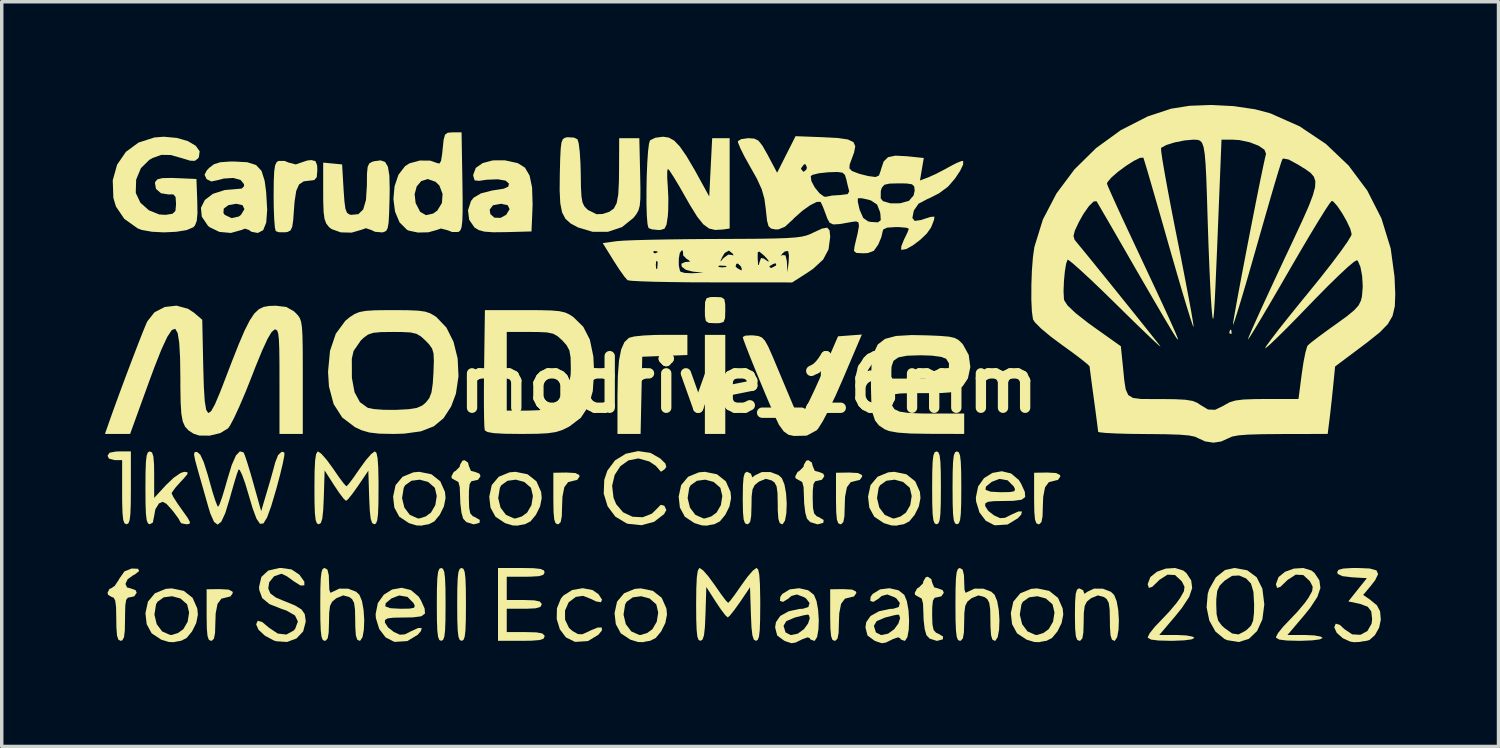
<source format=kicad_pcb>
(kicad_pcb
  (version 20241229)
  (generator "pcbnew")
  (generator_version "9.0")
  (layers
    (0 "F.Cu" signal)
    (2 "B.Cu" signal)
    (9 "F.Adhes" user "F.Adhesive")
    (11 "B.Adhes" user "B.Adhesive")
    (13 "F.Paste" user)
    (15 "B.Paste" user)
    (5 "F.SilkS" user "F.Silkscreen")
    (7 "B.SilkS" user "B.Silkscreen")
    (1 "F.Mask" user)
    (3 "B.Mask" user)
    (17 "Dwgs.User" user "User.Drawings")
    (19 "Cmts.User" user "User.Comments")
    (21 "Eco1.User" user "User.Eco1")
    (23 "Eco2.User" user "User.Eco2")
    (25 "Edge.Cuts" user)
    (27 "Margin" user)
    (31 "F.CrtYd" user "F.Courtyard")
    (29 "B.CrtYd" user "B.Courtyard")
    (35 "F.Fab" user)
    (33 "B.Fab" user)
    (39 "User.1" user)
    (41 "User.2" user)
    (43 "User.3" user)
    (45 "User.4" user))
  (footprint "modrive_16mm"
    (layer "F.Cu")
    (at 18.702 8.12)
    (property "Reference" "modrive_16mm" (at 0 0 0) (layer "F.SilkS") (effects (font (size 1.5 1.5) (thickness 0.3))))
    (attr board_only exclude_from_pos_files exclude_from_bom)
    (fp_poly (pts (xy 14.026 -1.58) (xy 14.037 -1.48) (xy 14.026 -1.468) (xy 13.976 -1.479) (xy 13.97 -1.524) (xy 14.001 -1.594)) (stroke (width 0) (type solid)) (fill yes) (layer "F.SilkS"))
    (fp_poly (pts (xy -0.677 0) (xy -0.677 1.439) (xy -0.974 1.439) (xy -1.27 1.439) (xy -1.27 0) (xy -1.27 -1.439) (xy -0.974 -1.439) (xy -0.677 -1.439)) (stroke (width 0) (type solid)) (fill yes) (layer "F.SilkS"))
    (fp_poly (pts (xy -0.792 -2.532) (xy -0.705 -2.477) (xy -0.679 -2.329) (xy -0.677 -2.159) (xy -0.684 -1.925) (xy -0.727 -1.814) (xy -0.842 -1.78) (xy -0.974 -1.778) (xy -1.156 -1.786) (xy -1.242 -1.841) (xy -1.268 -1.989) (xy -1.27 -2.159) (xy -1.264 -2.393) (xy -1.221 -2.504) (xy -1.106 -2.538) (xy -0.974 -2.54)) (stroke (width 0) (type solid)) (fill yes) (layer "F.SilkS"))
    (fp_poly (pts (xy -17.949 3.006) (xy -17.952 3.454) (xy -17.963 3.759) (xy -17.985 3.945) (xy -18.022 4.038) (xy -18.075 4.064) (xy -18.076 4.064) (xy -18.133 4.037) (xy -18.171 3.94) (xy -18.192 3.744) (xy -18.202 3.424) (xy -18.203 3.133) (xy -18.203 2.201) (xy -18.415 2.201) (xy -18.585 2.157) (xy -18.627 2.074) (xy -18.571 1.986) (xy -18.385 1.95) (xy -18.288 1.947) (xy -17.949 1.947)) (stroke (width 0) (type solid)) (fill yes) (layer "F.SilkS"))
    (fp_poly (pts (xy -15.112 5.962) (xy -14.998 6.019) (xy -14.986 6.061) (xy -15.056 6.161) (xy -15.138 6.181) (xy -15.319 6.226) (xy -15.431 6.376) (xy -15.485 6.654) (xy -15.494 6.917) (xy -15.503 7.221) (xy -15.535 7.387) (xy -15.597 7.448) (xy -15.621 7.451) (xy -15.683 7.421) (xy -15.722 7.311) (xy -15.742 7.093) (xy -15.748 6.738) (xy -15.748 6.702) (xy -15.748 5.953) (xy -15.367 5.948)) (stroke (width 0) (type solid)) (fill yes) (layer "F.SilkS"))
    (fp_poly (pts (xy -5.036 2.575) (xy -4.922 2.632) (xy -4.911 2.675) (xy -4.98 2.775) (xy -5.063 2.794) (xy -5.244 2.839) (xy -5.355 2.989) (xy -5.409 3.267) (xy -5.419 3.531) (xy -5.428 3.834) (xy -5.46 4) (xy -5.522 4.061) (xy -5.546 4.064) (xy -5.608 4.034) (xy -5.647 3.925) (xy -5.667 3.707) (xy -5.673 3.351) (xy -5.673 3.315) (xy -5.673 2.567) (xy -5.292 2.561)) (stroke (width 0) (type solid)) (fill yes) (layer "F.SilkS"))
    (fp_poly (pts (xy -1.778 -1.147) (xy -1.778 -0.854) (xy -2.434 -0.829) (xy -3.09 -0.804) (xy -3.114 0.318) (xy -3.138 1.439) (xy -3.474 1.439) (xy -3.81 1.439) (xy -3.81 0.351) (xy -3.799 -0.246) (xy -3.765 -0.696) (xy -3.702 -1.016) (xy -3.607 -1.229) (xy -3.477 -1.352) (xy -3.468 -1.356) (xy -3.317 -1.394) (xy -3.045 -1.422) (xy -2.7 -1.438) (xy -2.546 -1.439) (xy -1.778 -1.439)) (stroke (width 0) (type solid)) (fill yes) (layer "F.SilkS"))
    (fp_poly (pts (xy 3.007 5.962) (xy 3.121 6.019) (xy 3.133 6.061) (xy 3.063 6.161) (xy 2.98 6.181) (xy 2.8 6.226) (xy 2.688 6.376) (xy 2.634 6.654) (xy 2.625 6.917) (xy 2.616 7.221) (xy 2.584 7.387) (xy 2.521 7.448) (xy 2.498 7.451) (xy 2.435 7.421) (xy 2.397 7.311) (xy 2.377 7.093) (xy 2.371 6.738) (xy 2.371 6.702) (xy 2.371 5.953) (xy 2.752 5.948)) (stroke (width 0) (type solid)) (fill yes) (layer "F.SilkS"))
    (fp_poly (pts (xy 3.176 2.575) (xy 3.29 2.632) (xy 3.302 2.675) (xy 3.232 2.775) (xy 3.15 2.794) (xy 2.969 2.839) (xy 2.857 2.989) (xy 2.803 3.267) (xy 2.794 3.531) (xy 2.785 3.834) (xy 2.753 4) (xy 2.691 4.061) (xy 2.667 4.064) (xy 2.605 4.034) (xy 2.566 3.925) (xy 2.546 3.707) (xy 2.54 3.351) (xy 2.54 3.315) (xy 2.54 2.567) (xy 2.921 2.561)) (stroke (width 0) (type solid)) (fill yes) (layer "F.SilkS"))
    (fp_poly (pts (xy 8.934 2.575) (xy 9.048 2.632) (xy 9.059 2.675) (xy 8.99 2.775) (xy 8.907 2.794) (xy 8.726 2.839) (xy 8.615 2.989) (xy 8.561 3.267) (xy 8.551 3.531) (xy 8.542 3.834) (xy 8.51 4) (xy 8.448 4.061) (xy 8.424 4.064) (xy 8.362 4.034) (xy 8.323 3.925) (xy 8.303 3.707) (xy 8.297 3.351) (xy 8.297 3.315) (xy 8.297 2.567) (xy 8.678 2.561)) (stroke (width 0) (type solid)) (fill yes) (layer "F.SilkS"))
    (fp_poly (pts (xy -8.879 5.359) (xy -8.842 5.451) (xy -8.82 5.635) (xy -8.808 5.937) (xy -8.805 6.383) (xy -8.805 6.392) (xy -8.808 6.841) (xy -8.819 7.145) (xy -8.841 7.331) (xy -8.878 7.425) (xy -8.931 7.451) (xy -8.932 7.451) (xy -8.986 7.426) (xy -9.023 7.334) (xy -9.045 7.149) (xy -9.056 6.847) (xy -9.059 6.402) (xy -9.059 6.392) (xy -9.056 5.944) (xy -9.045 5.639) (xy -9.023 5.453) (xy -8.987 5.36) (xy -8.933 5.334) (xy -8.932 5.334)) (stroke (width 0) (type solid)) (fill yes) (layer "F.SilkS"))
    (fp_poly (pts (xy -8.286 5.359) (xy -8.249 5.451) (xy -8.227 5.635) (xy -8.216 5.937) (xy -8.213 6.383) (xy -8.213 6.392) (xy -8.216 6.841) (xy -8.227 7.145) (xy -8.249 7.331) (xy -8.285 7.425) (xy -8.339 7.451) (xy -8.34 7.451) (xy -8.393 7.426) (xy -8.43 7.334) (xy -8.452 7.149) (xy -8.464 6.847) (xy -8.467 6.402) (xy -8.467 6.392) (xy -8.464 5.944) (xy -8.453 5.639) (xy -8.431 5.453) (xy -8.394 5.36) (xy -8.341 5.334) (xy -8.34 5.334)) (stroke (width 0) (type solid)) (fill yes) (layer "F.SilkS"))
    (fp_poly (pts (xy 5.515 1.972) (xy 5.551 2.064) (xy 5.574 2.249) (xy 5.585 2.551) (xy 5.588 2.996) (xy 5.588 3.006) (xy 5.585 3.454) (xy 5.574 3.759) (xy 5.552 3.945) (xy 5.516 4.038) (xy 5.462 4.064) (xy 5.461 4.064) (xy 5.407 4.039) (xy 5.371 3.947) (xy 5.348 3.763) (xy 5.337 3.461) (xy 5.334 3.015) (xy 5.334 3.006) (xy 5.337 2.557) (xy 5.348 2.253) (xy 5.37 2.067) (xy 5.406 1.973) (xy 5.46 1.947) (xy 5.461 1.947)) (stroke (width 0) (type solid)) (fill yes) (layer "F.SilkS"))
    (fp_poly (pts (xy 6.107 1.972) (xy 6.144 2.064) (xy 6.166 2.249) (xy 6.178 2.551) (xy 6.181 2.996) (xy 6.181 3.006) (xy 6.178 3.454) (xy 6.167 3.759) (xy 6.145 3.945) (xy 6.108 4.038) (xy 6.055 4.064) (xy 6.054 4.064) (xy 6 4.039) (xy 5.963 3.947) (xy 5.941 3.763) (xy 5.93 3.461) (xy 5.927 3.015) (xy 5.927 3.006) (xy 5.93 2.557) (xy 5.941 2.253) (xy 5.963 2.067) (xy 5.999 1.973) (xy 6.053 1.947) (xy 6.054 1.947)) (stroke (width 0) (type solid)) (fill yes) (layer "F.SilkS"))
    (fp_poly (pts (xy -4.533 5.976) (xy -4.36 6.097) (xy -4.258 6.254) (xy -4.289 6.329) (xy -4.434 6.306) (xy -4.568 6.239) (xy -4.807 6.144) (xy -5.019 6.174) (xy -5.228 6.332) (xy -5.334 6.572) (xy -5.332 6.839) (xy -5.217 7.077) (xy -5.114 7.167) (xy -4.959 7.255) (xy -4.831 7.26) (xy -4.651 7.18) (xy -4.606 7.156) (xy -4.385 7.064) (xy -4.264 7.065) (xy -4.262 7.149) (xy -4.365 7.275) (xy -4.667 7.458) (xy -5.023 7.481) (xy -5.057 7.475) (xy -5.308 7.351) (xy -5.484 7.117) (xy -5.575 6.819) (xy -5.569 6.506) (xy -5.454 6.223) (xy -5.38 6.134) (xy -5.124 5.974) (xy -4.821 5.921)) (stroke (width 0) (type solid)) (fill yes) (layer "F.SilkS"))
    (fp_poly (pts (xy -12.585 -6.488) (xy -12.537 -6.364) (xy -12.531 -6.223) (xy -12.548 -6.021) (xy -12.62 -5.938) (xy -12.721 -5.925) (xy -12.926 -5.901) (xy -13.061 -5.811) (xy -13.144 -5.625) (xy -13.192 -5.315) (xy -13.208 -5.104) (xy -13.232 -4.773) (xy -13.262 -4.575) (xy -13.311 -4.473) (xy -13.393 -4.431) (xy -13.465 -4.42) (xy -13.65 -4.422) (xy -13.74 -4.455) (xy -13.764 -4.559) (xy -13.784 -4.796) (xy -13.797 -5.13) (xy -13.801 -5.478) (xy -13.797 -5.904) (xy -13.784 -6.19) (xy -13.758 -6.365) (xy -13.714 -6.458) (xy -13.662 -6.493) (xy -13.483 -6.494) (xy -13.364 -6.446) (xy -13.159 -6.392) (xy -13.042 -6.433) (xy -12.823 -6.506) (xy -12.706 -6.519)) (stroke (width 0) (type solid)) (fill yes) (layer "F.SilkS"))
    (fp_poly (pts (xy -6.256 5.34) (xy -6.048 5.362) (xy -5.948 5.405) (xy -5.927 5.461) (xy -5.963 5.532) (xy -6.095 5.572) (xy -6.352 5.587) (xy -6.477 5.588) (xy -7.027 5.588) (xy -7.027 5.927) (xy -7.027 6.265) (xy -6.519 6.265) (xy -6.224 6.275) (xy -6.066 6.31) (xy -6.012 6.377) (xy -6.011 6.392) (xy -6.05 6.466) (xy -6.189 6.506) (xy -6.458 6.519) (xy -6.519 6.519) (xy -7.027 6.519) (xy -7.027 6.858) (xy -7.027 7.197) (xy -6.477 7.197) (xy -6.168 7.205) (xy -5.997 7.235) (xy -5.931 7.295) (xy -5.927 7.324) (xy -5.959 7.389) (xy -6.074 7.428) (xy -6.304 7.447) (xy -6.604 7.451) (xy -7.281 7.451) (xy -7.281 6.392) (xy -7.281 5.334) (xy -6.604 5.334)) (stroke (width 0) (type solid)) (fill yes) (layer "F.SilkS"))
    (fp_poly (pts (xy -8.152 2.272) (xy -8.128 2.371) (xy -8.068 2.512) (xy -7.959 2.54) (xy -7.821 2.593) (xy -7.789 2.667) (xy -7.86 2.77) (xy -7.959 2.794) (xy -8.054 2.813) (xy -8.105 2.895) (xy -8.125 3.079) (xy -8.128 3.296) (xy -8.12 3.585) (xy -8.086 3.749) (xy -8.014 3.829) (xy -7.959 3.852) (xy -7.81 3.938) (xy -7.818 4.022) (xy -7.977 4.064) (xy -7.998 4.064) (xy -8.201 4) (xy -8.294 3.9) (xy -8.344 3.725) (xy -8.376 3.454) (xy -8.382 3.265) (xy -8.393 2.983) (xy -8.432 2.836) (xy -8.508 2.794) (xy -8.509 2.794) (xy -8.621 2.731) (xy -8.636 2.676) (xy -8.568 2.545) (xy -8.509 2.509) (xy -8.396 2.396) (xy -8.382 2.331) (xy -8.315 2.217) (xy -8.255 2.201)) (stroke (width 0) (type solid)) (fill yes) (layer "F.SilkS"))
    (fp_poly (pts (xy 1.839 2.272) (xy 1.863 2.371) (xy 1.923 2.512) (xy 2.032 2.54) (xy 2.17 2.593) (xy 2.201 2.667) (xy 2.131 2.77) (xy 2.032 2.794) (xy 1.937 2.813) (xy 1.886 2.895) (xy 1.866 3.079) (xy 1.863 3.296) (xy 1.871 3.585) (xy 1.905 3.749) (xy 1.977 3.829) (xy 2.032 3.852) (xy 2.181 3.938) (xy 2.172 4.022) (xy 2.014 4.064) (xy 1.993 4.064) (xy 1.789 4) (xy 1.696 3.9) (xy 1.647 3.725) (xy 1.615 3.454) (xy 1.609 3.265) (xy 1.598 2.983) (xy 1.558 2.836) (xy 1.482 2.794) (xy 1.482 2.794) (xy 1.369 2.731) (xy 1.355 2.676) (xy 1.423 2.545) (xy 1.482 2.509) (xy 1.594 2.396) (xy 1.609 2.331) (xy 1.675 2.217) (xy 1.736 2.201)) (stroke (width 0) (type solid)) (fill yes) (layer "F.SilkS"))
    (fp_poly (pts (xy 5.31 5.659) (xy 5.334 5.757) (xy 5.394 5.899) (xy 5.503 5.927) (xy 5.641 5.98) (xy 5.673 6.054) (xy 5.602 6.157) (xy 5.503 6.181) (xy 5.408 6.199) (xy 5.357 6.282) (xy 5.337 6.466) (xy 5.334 6.683) (xy 5.342 6.972) (xy 5.376 7.135) (xy 5.448 7.216) (xy 5.503 7.239) (xy 5.652 7.325) (xy 5.644 7.408) (xy 5.485 7.45) (xy 5.464 7.451) (xy 5.261 7.386) (xy 5.168 7.287) (xy 5.118 7.112) (xy 5.086 6.841) (xy 5.08 6.652) (xy 5.069 6.369) (xy 5.03 6.223) (xy 4.954 6.181) (xy 4.953 6.181) (xy 4.841 6.118) (xy 4.826 6.063) (xy 4.894 5.932) (xy 4.953 5.896) (xy 5.066 5.783) (xy 5.08 5.718) (xy 5.147 5.604) (xy 5.207 5.588)) (stroke (width 0) (type solid)) (fill yes) (layer "F.SilkS"))
    (fp_poly (pts (xy -17.742 5.357) (xy -17.708 5.423) (xy -17.833 5.522) (xy -17.885 5.547) (xy -18.045 5.663) (xy -18.107 5.797) (xy -18.06 5.9) (xy -17.956 5.927) (xy -17.813 5.978) (xy -17.78 6.054) (xy -17.851 6.157) (xy -17.949 6.181) (xy -18.036 6.196) (xy -18.087 6.264) (xy -18.111 6.421) (xy -18.118 6.701) (xy -18.119 6.816) (xy -18.125 7.151) (xy -18.149 7.347) (xy -18.197 7.436) (xy -18.246 7.451) (xy -18.313 7.417) (xy -18.352 7.297) (xy -18.37 7.059) (xy -18.373 6.816) (xy -18.379 6.481) (xy -18.403 6.284) (xy -18.451 6.195) (xy -18.5 6.181) (xy -18.612 6.113) (xy -18.627 6.054) (xy -18.57 5.94) (xy -18.521 5.925) (xy -18.418 5.854) (xy -18.304 5.682) (xy -18.288 5.65) (xy -18.135 5.432) (xy -17.928 5.35)) (stroke (width 0) (type solid)) (fill yes) (layer "F.SilkS"))
    (fp_poly (pts (xy -2.85 1.99) (xy -2.566 2.153) (xy -2.417 2.3) (xy -2.391 2.398) (xy -2.445 2.471) (xy -2.547 2.538) (xy -2.601 2.475) (xy -2.698 2.364) (xy -2.88 2.243) (xy -2.892 2.237) (xy -3.205 2.151) (xy -3.49 2.207) (xy -3.726 2.377) (xy -3.892 2.632) (xy -3.965 2.946) (xy -3.925 3.291) (xy -3.848 3.479) (xy -3.647 3.716) (xy -3.373 3.845) (xy -3.078 3.86) (xy -2.809 3.756) (xy -2.668 3.616) (xy -2.553 3.498) (xy -2.454 3.524) (xy -2.443 3.535) (xy -2.39 3.651) (xy -2.456 3.769) (xy -2.746 3.993) (xy -3.111 4.091) (xy -3.501 4.051) (xy -3.548 4.036) (xy -3.871 3.843) (xy -4.096 3.542) (xy -4.209 3.173) (xy -4.194 2.774) (xy -4.104 2.506) (xy -3.88 2.206) (xy -3.566 2.014) (xy -3.208 1.938)) (stroke (width 0) (type solid)) (fill yes) (layer "F.SilkS"))
    (fp_poly (pts (xy -16.412 5.999) (xy -16.156 6.201) (xy -16.019 6.511) (xy -16.002 6.689) (xy -16.05 6.933) (xy -16.171 7.177) (xy -16.329 7.368) (xy -16.489 7.45) (xy -16.499 7.451) (xy -16.65 7.477) (xy -16.694 7.49) (xy -16.843 7.485) (xy -17.056 7.42) (xy -17.075 7.412) (xy -17.346 7.232) (xy -17.49 6.966) (xy -17.521 6.69) (xy -17.265 6.69) (xy -17.198 6.967) (xy -17.04 7.178) (xy -16.812 7.278) (xy -16.764 7.281) (xy -16.58 7.224) (xy -16.425 7.112) (xy -16.299 6.895) (xy -16.257 6.628) (xy -16.312 6.398) (xy -16.321 6.384) (xy -16.509 6.22) (xy -16.753 6.155) (xy -16.994 6.187) (xy -17.176 6.316) (xy -17.218 6.393) (xy -17.265 6.69) (xy -17.521 6.69) (xy -17.526 6.648) (xy -17.453 6.312) (xy -17.25 6.069) (xy -16.937 5.941) (xy -16.764 5.927)) (stroke (width 0) (type solid)) (fill yes) (layer "F.SilkS"))
    (fp_poly (pts (xy -9.215 2.612) (xy -8.959 2.815) (xy -8.822 3.124) (xy -8.805 3.302) (xy -8.853 3.546) (xy -8.974 3.79) (xy -9.132 3.981) (xy -9.293 4.064) (xy -9.302 4.064) (xy -9.454 4.09) (xy -9.497 4.103) (xy -9.647 4.098) (xy -9.859 4.034) (xy -9.878 4.025) (xy -10.149 3.845) (xy -10.293 3.58) (xy -10.325 3.304) (xy -10.069 3.304) (xy -10.002 3.58) (xy -9.843 3.791) (xy -9.616 3.892) (xy -9.567 3.895) (xy -9.383 3.837) (xy -9.229 3.725) (xy -9.103 3.508) (xy -9.061 3.242) (xy -9.115 3.012) (xy -9.124 2.997) (xy -9.313 2.834) (xy -9.556 2.768) (xy -9.798 2.8) (xy -9.979 2.929) (xy -10.021 3.006) (xy -10.069 3.304) (xy -10.325 3.304) (xy -10.329 3.261) (xy -10.257 2.925) (xy -10.053 2.683) (xy -9.74 2.555) (xy -9.567 2.54)) (stroke (width 0) (type solid)) (fill yes) (layer "F.SilkS"))
    (fp_poly (pts (xy -6.421 2.612) (xy -6.165 2.815) (xy -6.028 3.124) (xy -6.011 3.302) (xy -6.059 3.546) (xy -6.18 3.79) (xy -6.338 3.981) (xy -6.499 4.064) (xy -6.508 4.064) (xy -6.66 4.09) (xy -6.703 4.103) (xy -6.853 4.098) (xy -7.065 4.034) (xy -7.084 4.025) (xy -7.355 3.845) (xy -7.499 3.58) (xy -7.531 3.304) (xy -7.275 3.304) (xy -7.208 3.58) (xy -7.049 3.791) (xy -6.822 3.892) (xy -6.773 3.895) (xy -6.589 3.837) (xy -6.435 3.725) (xy -6.309 3.508) (xy -6.267 3.242) (xy -6.321 3.012) (xy -6.33 2.997) (xy -6.519 2.834) (xy -6.762 2.768) (xy -7.004 2.8) (xy -7.185 2.929) (xy -7.227 3.006) (xy -7.275 3.304) (xy -7.531 3.304) (xy -7.535 3.261) (xy -7.463 2.925) (xy -7.259 2.683) (xy -6.946 2.555) (xy -6.773 2.54)) (stroke (width 0) (type solid)) (fill yes) (layer "F.SilkS"))
    (fp_poly (pts (xy -2.78 5.999) (xy -2.524 6.201) (xy -2.387 6.511) (xy -2.371 6.689) (xy -2.419 6.933) (xy -2.54 7.177) (xy -2.698 7.368) (xy -2.858 7.45) (xy -2.868 7.451) (xy -3.019 7.477) (xy -3.062 7.49) (xy -3.212 7.485) (xy -3.424 7.42) (xy -3.444 7.412) (xy -3.714 7.232) (xy -3.858 6.966) (xy -3.89 6.69) (xy -3.634 6.69) (xy -3.567 6.967) (xy -3.408 7.178) (xy -3.181 7.278) (xy -3.133 7.281) (xy -2.948 7.224) (xy -2.794 7.112) (xy -2.668 6.895) (xy -2.626 6.628) (xy -2.68 6.398) (xy -2.689 6.384) (xy -2.878 6.22) (xy -3.122 6.155) (xy -3.363 6.187) (xy -3.544 6.316) (xy -3.587 6.393) (xy -3.634 6.69) (xy -3.89 6.69) (xy -3.895 6.648) (xy -3.822 6.312) (xy -3.618 6.069) (xy -3.306 5.941) (xy -3.132 5.927)) (stroke (width 0) (type solid)) (fill yes) (layer "F.SilkS"))
    (fp_poly (pts (xy -0.918 2.612) (xy -0.662 2.815) (xy -0.525 3.124) (xy -0.508 3.302) (xy -0.556 3.546) (xy -0.677 3.79) (xy -0.835 3.981) (xy -0.995 4.064) (xy -1.005 4.064) (xy -1.156 4.09) (xy -1.2 4.103) (xy -1.349 4.098) (xy -1.562 4.034) (xy -1.581 4.025) (xy -1.852 3.845) (xy -1.996 3.58) (xy -2.027 3.304) (xy -1.771 3.304) (xy -1.704 3.58) (xy -1.546 3.791) (xy -1.318 3.892) (xy -1.27 3.895) (xy -1.086 3.837) (xy -0.931 3.725) (xy -0.805 3.508) (xy -0.763 3.242) (xy -0.818 3.012) (xy -0.827 2.997) (xy -1.015 2.834) (xy -1.259 2.768) (xy -1.5 2.8) (xy -1.682 2.929) (xy -1.724 3.006) (xy -1.771 3.304) (xy -2.027 3.304) (xy -2.032 3.261) (xy -1.959 2.925) (xy -1.756 2.683) (xy -1.443 2.555) (xy -1.27 2.54)) (stroke (width 0) (type solid)) (fill yes) (layer "F.SilkS"))
    (fp_poly (pts (xy 4.586 2.612) (xy 4.842 2.815) (xy 4.979 3.124) (xy 4.995 3.302) (xy 4.947 3.546) (xy 4.826 3.79) (xy 4.668 3.981) (xy 4.508 4.064) (xy 4.498 4.064) (xy 4.347 4.09) (xy 4.304 4.103) (xy 4.154 4.098) (xy 3.942 4.034) (xy 3.922 4.025) (xy 3.652 3.845) (xy 3.508 3.58) (xy 3.476 3.304) (xy 3.732 3.304) (xy 3.799 3.58) (xy 3.958 3.791) (xy 4.185 3.892) (xy 4.233 3.895) (xy 4.418 3.837) (xy 4.572 3.725) (xy 4.698 3.508) (xy 4.74 3.242) (xy 4.686 3.012) (xy 4.677 2.997) (xy 4.488 2.834) (xy 4.244 2.768) (xy 4.003 2.8) (xy 3.822 2.929) (xy 3.779 3.006) (xy 3.732 3.304) (xy 3.476 3.304) (xy 3.471 3.261) (xy 3.544 2.925) (xy 3.748 2.683) (xy 4.06 2.555) (xy 4.234 2.54)) (stroke (width 0) (type solid)) (fill yes) (layer "F.SilkS"))
    (fp_poly (pts (xy 8.734 5.999) (xy 8.99 6.201) (xy 9.127 6.511) (xy 9.144 6.689) (xy 9.096 6.933) (xy 8.975 7.177) (xy 8.817 7.368) (xy 8.657 7.45) (xy 8.647 7.451) (xy 8.496 7.477) (xy 8.452 7.49) (xy 8.303 7.485) (xy 8.09 7.42) (xy 8.071 7.412) (xy 7.8 7.232) (xy 7.656 6.966) (xy 7.625 6.69) (xy 7.881 6.69) (xy 7.948 6.967) (xy 8.106 7.178) (xy 8.334 7.278) (xy 8.382 7.281) (xy 8.566 7.224) (xy 8.721 7.112) (xy 8.847 6.895) (xy 8.889 6.628) (xy 8.834 6.398) (xy 8.825 6.384) (xy 8.637 6.22) (xy 8.393 6.155) (xy 8.152 6.187) (xy 7.97 6.316) (xy 7.928 6.393) (xy 7.881 6.69) (xy 7.625 6.69) (xy 7.62 6.648) (xy 7.693 6.312) (xy 7.896 6.069) (xy 8.209 5.941) (xy 8.382 5.927)) (stroke (width 0) (type solid)) (fill yes) (layer "F.SilkS"))
    (fp_poly (pts (xy 12.632 5.409) (xy 12.722 5.482) (xy 12.861 5.694) (xy 12.89 5.916) (xy 12.803 6.174) (xy 12.592 6.494) (xy 12.402 6.73) (xy 11.934 7.281) (xy 12.444 7.281) (xy 12.715 7.294) (xy 12.899 7.328) (xy 12.954 7.366) (xy 12.875 7.408) (xy 12.659 7.437) (xy 12.337 7.45) (xy 12.277 7.451) (xy 11.913 7.442) (xy 11.697 7.415) (xy 11.606 7.365) (xy 11.599 7.341) (xy 11.656 7.229) (xy 11.804 7.044) (xy 11.985 6.854) (xy 12.224 6.603) (xy 12.437 6.349) (xy 12.544 6.2) (xy 12.651 6.008) (xy 12.666 5.88) (xy 12.596 5.738) (xy 12.579 5.713) (xy 12.391 5.539) (xy 12.172 5.528) (xy 11.937 5.68) (xy 11.903 5.715) (xy 11.727 5.883) (xy 11.631 5.913) (xy 11.599 5.811) (xy 11.599 5.8) (xy 11.674 5.598) (xy 11.865 5.444) (xy 12.121 5.352) (xy 12.394 5.335)) (stroke (width 0) (type solid)) (fill yes) (layer "F.SilkS"))
    (fp_poly (pts (xy 16.358 5.409) (xy 16.447 5.482) (xy 16.586 5.694) (xy 16.616 5.916) (xy 16.528 6.174) (xy 16.318 6.494) (xy 16.127 6.73) (xy 15.659 7.281) (xy 16.169 7.281) (xy 16.441 7.294) (xy 16.625 7.328) (xy 16.679 7.366) (xy 16.6 7.408) (xy 16.384 7.437) (xy 16.063 7.45) (xy 16.002 7.451) (xy 15.639 7.442) (xy 15.422 7.415) (xy 15.331 7.365) (xy 15.325 7.341) (xy 15.382 7.229) (xy 15.53 7.044) (xy 15.711 6.854) (xy 15.95 6.603) (xy 16.163 6.349) (xy 16.269 6.2) (xy 16.376 6.008) (xy 16.392 5.88) (xy 16.321 5.738) (xy 16.305 5.713) (xy 16.117 5.539) (xy 15.898 5.528) (xy 15.663 5.68) (xy 15.628 5.715) (xy 15.452 5.883) (xy 15.356 5.913) (xy 15.325 5.811) (xy 15.325 5.8) (xy 15.399 5.598) (xy 15.59 5.444) (xy 15.847 5.352) (xy 16.119 5.335)) (stroke (width 0) (type solid)) (fill yes) (layer "F.SilkS"))
    (fp_poly (pts (xy -10.562 -6.464) (xy -10.48 -6.324) (xy -10.438 -6.07) (xy -10.428 -5.68) (xy -10.433 -5.385) (xy -10.445 -4.975) (xy -10.46 -4.705) (xy -10.487 -4.544) (xy -10.531 -4.461) (xy -10.599 -4.427) (xy -10.651 -4.417) (xy -10.856 -4.435) (xy -10.964 -4.487) (xy -11.119 -4.539) (xy -11.25 -4.493) (xy -11.535 -4.41) (xy -11.849 -4.418) (xy -12.116 -4.513) (xy -12.192 -4.572) (xy -12.271 -4.672) (xy -12.321 -4.806) (xy -12.349 -5.011) (xy -12.36 -5.325) (xy -12.361 -5.593) (xy -12.361 -6.445) (xy -12.086 -6.419) (xy -11.811 -6.392) (xy -11.769 -5.673) (xy -11.744 -5.321) (xy -11.715 -5.104) (xy -11.67 -4.988) (xy -11.6 -4.939) (xy -11.546 -4.927) (xy -11.338 -4.947) (xy -11.198 -5.085) (xy -11.118 -5.357) (xy -11.091 -5.777) (xy -11.091 -5.804) (xy -11.088 -6.126) (xy -11.069 -6.318) (xy -11.024 -6.419) (xy -10.939 -6.468) (xy -10.879 -6.485) (xy -10.692 -6.51)) (stroke (width 0) (type solid)) (fill yes) (layer "F.SilkS"))
    (fp_poly (pts (xy 0.07 2.595) (xy 0.085 2.642) (xy 0.11 2.701) (xy 0.186 2.642) (xy 0.385 2.547) (xy 0.64 2.548) (xy 0.873 2.637) (xy 0.969 2.728) (xy 1.043 2.91) (xy 1.09 3.171) (xy 1.108 3.463) (xy 1.098 3.74) (xy 1.059 3.955) (xy 0.992 4.06) (xy 0.974 4.064) (xy 0.905 4.029) (xy 0.865 3.903) (xy 0.848 3.656) (xy 0.847 3.474) (xy 0.84 3.154) (xy 0.813 2.96) (xy 0.754 2.85) (xy 0.672 2.791) (xy 0.497 2.744) (xy 0.309 2.821) (xy 0.291 2.832) (xy 0.177 2.926) (xy 0.115 3.05) (xy 0.089 3.254) (xy 0.085 3.516) (xy 0.076 3.824) (xy 0.046 3.995) (xy -0.014 4.06) (xy -0.042 4.064) (xy -0.104 4.034) (xy -0.143 3.926) (xy -0.163 3.71) (xy -0.169 3.357) (xy -0.169 3.302) (xy -0.164 2.93) (xy -0.146 2.699) (xy -0.11 2.578) (xy -0.052 2.54) (xy -0.042 2.54)) (stroke (width 0) (type solid)) (fill yes) (layer "F.SilkS"))
    (fp_poly (pts (xy 9.722 5.981) (xy 9.737 6.028) (xy 9.762 6.087) (xy 9.838 6.028) (xy 10.037 5.934) (xy 10.292 5.935) (xy 10.525 6.024) (xy 10.621 6.115) (xy 10.695 6.297) (xy 10.742 6.557) (xy 10.76 6.85) (xy 10.75 7.127) (xy 10.711 7.342) (xy 10.644 7.447) (xy 10.626 7.451) (xy 10.557 7.416) (xy 10.517 7.29) (xy 10.5 7.042) (xy 10.499 6.861) (xy 10.492 6.541) (xy 10.465 6.347) (xy 10.406 6.237) (xy 10.324 6.178) (xy 10.149 6.131) (xy 9.961 6.207) (xy 9.943 6.219) (xy 9.829 6.312) (xy 9.767 6.436) (xy 9.741 6.64) (xy 9.737 6.902) (xy 9.728 7.21) (xy 9.698 7.381) (xy 9.638 7.447) (xy 9.61 7.451) (xy 9.548 7.421) (xy 9.509 7.313) (xy 9.489 7.097) (xy 9.483 6.744) (xy 9.483 6.689) (xy 9.488 6.317) (xy 9.506 6.085) (xy 9.542 5.965) (xy 9.6 5.927) (xy 9.61 5.927)) (stroke (width 0) (type solid)) (fill yes) (layer "F.SilkS"))
    (fp_poly (pts (xy 14.491 5.402) (xy 14.763 5.603) (xy 14.929 5.934) (xy 14.986 6.389) (xy 14.986 6.392) (xy 14.93 6.828) (xy 14.775 7.167) (xy 14.54 7.392) (xy 14.245 7.486) (xy 13.91 7.432) (xy 13.828 7.397) (xy 13.566 7.182) (xy 13.388 6.861) (xy 13.309 6.479) (xy 13.316 6.392) (xy 13.589 6.392) (xy 13.6 6.683) (xy 13.647 6.868) (xy 13.752 7.009) (xy 13.827 7.077) (xy 14.053 7.238) (xy 14.237 7.265) (xy 14.436 7.161) (xy 14.49 7.119) (xy 14.601 7.007) (xy 14.661 6.863) (xy 14.686 6.637) (xy 14.69 6.403) (xy 14.67 6.031) (xy 14.599 5.788) (xy 14.457 5.638) (xy 14.253 5.552) (xy 14.049 5.563) (xy 13.83 5.705) (xy 13.689 5.848) (xy 13.617 6.003) (xy 13.591 6.235) (xy 13.589 6.392) (xy 13.316 6.392) (xy 13.342 6.085) (xy 13.383 5.953) (xy 13.58 5.604) (xy 13.846 5.393) (xy 14.117 5.334)) (stroke (width 0) (type solid)) (fill yes) (layer "F.SilkS"))
    (fp_poly (pts (xy 18.048 5.349) (xy 18.244 5.403) (xy 18.293 5.512) (xy 18.206 5.691) (xy 18.073 5.862) (xy 17.858 6.117) (xy 18.052 6.25) (xy 18.257 6.418) (xy 18.35 6.594) (xy 18.371 6.837) (xy 18.322 7.069) (xy 18.2 7.285) (xy 18.043 7.426) (xy 17.956 7.451) (xy 17.808 7.472) (xy 17.766 7.483) (xy 17.592 7.491) (xy 17.484 7.474) (xy 17.266 7.375) (xy 17.091 7.219) (xy 17.018 7.059) (xy 17.018 7.057) (xy 17.061 6.952) (xy 17.179 6.987) (xy 17.314 7.112) (xy 17.54 7.263) (xy 17.778 7.276) (xy 17.981 7.167) (xy 18.103 6.952) (xy 18.119 6.818) (xy 18.093 6.593) (xy 17.991 6.461) (xy 17.772 6.379) (xy 17.674 6.357) (xy 17.427 6.306) (xy 17.696 5.968) (xy 17.966 5.63) (xy 17.534 5.605) (xy 17.255 5.571) (xy 17.122 5.509) (xy 17.103 5.457) (xy 17.141 5.389) (xy 17.277 5.351) (xy 17.54 5.335) (xy 17.695 5.334)) (stroke (width 0) (type solid)) (fill yes) (layer "F.SilkS"))
    (fp_poly (pts (xy -9.814 5.975) (xy -9.588 6.165) (xy -9.522 6.271) (xy -9.414 6.51) (xy -9.403 6.658) (xy -9.509 6.738) (xy -9.75 6.769) (xy -9.997 6.773) (xy -10.311 6.778) (xy -10.488 6.799) (xy -10.563 6.844) (xy -10.568 6.919) (xy -10.478 7.06) (xy -10.307 7.194) (xy -10.133 7.273) (xy -9.989 7.263) (xy -9.809 7.173) (xy -9.6 7.078) (xy -9.498 7.08) (xy -9.521 7.169) (xy -9.614 7.275) (xy -9.916 7.458) (xy -10.272 7.481) (xy -10.306 7.475) (xy -10.547 7.351) (xy -10.732 7.107) (xy -10.83 6.791) (xy -10.837 6.673) (xy -10.792 6.45) (xy -10.556 6.45) (xy -10.407 6.503) (xy -10.115 6.519) (xy -9.851 6.515) (xy -9.723 6.491) (xy -9.699 6.436) (xy -9.734 6.356) (xy -9.913 6.174) (xy -10.154 6.133) (xy -10.376 6.218) (xy -10.544 6.356) (xy -10.556 6.45) (xy -10.792 6.45) (xy -10.772 6.352) (xy -10.599 6.11) (xy -10.357 5.959) (xy -10.083 5.91)) (stroke (width 0) (type solid)) (fill yes) (layer "F.SilkS"))
    (fp_poly (pts (xy -5.07 -7.171) (xy -4.973 -7.124) (xy -4.937 -7.007) (xy -4.906 -6.761) (xy -4.885 -6.424) (xy -4.877 -6.136) (xy -4.871 -5.732) (xy -4.856 -5.461) (xy -4.826 -5.288) (xy -4.773 -5.177) (xy -4.691 -5.091) (xy -4.662 -5.067) (xy -4.416 -4.945) (xy -4.239 -4.953) (xy -4.048 -5.015) (xy -3.916 -5.11) (xy -3.833 -5.267) (xy -3.787 -5.516) (xy -3.768 -5.885) (xy -3.764 -6.204) (xy -3.76 -7.154) (xy -3.468 -7.154) (xy -3.175 -7.154) (xy -3.151 -6.127) (xy -3.143 -5.692) (xy -3.145 -5.392) (xy -3.163 -5.19) (xy -3.202 -5.05) (xy -3.267 -4.938) (xy -3.347 -4.838) (xy -3.676 -4.572) (xy -4.084 -4.435) (xy -4.534 -4.435) (xy -4.953 -4.56) (xy -5.169 -4.675) (xy -5.321 -4.811) (xy -5.419 -4.997) (xy -5.472 -5.264) (xy -5.49 -5.64) (xy -5.485 -6.138) (xy -5.474 -6.567) (xy -5.459 -6.855) (xy -5.436 -7.032) (xy -5.397 -7.126) (xy -5.337 -7.167) (xy -5.261 -7.183)) (stroke (width 0) (type solid)) (fill yes) (layer "F.SilkS"))
    (fp_poly (pts (xy 2.739 -0.153) (xy 2.529 0.324) (xy 2.329 0.741) (xy 2.156 1.07) (xy 2.023 1.282) (xy 1.978 1.333) (xy 1.689 1.489) (xy 1.319 1.498) (xy 1.163 1.465) (xy 1.024 1.368) (xy 0.888 1.182) (xy 0.878 1.164) (xy 0.791 0.98) (xy 0.665 0.694) (xy 0.513 0.34) (xy 0.35 -0.05) (xy 0.188 -0.443) (xy 0.042 -0.805) (xy -0.075 -1.104) (xy -0.15 -1.306) (xy -0.169 -1.376) (xy -0.095 -1.417) (xy 0.089 -1.427) (xy 0.142 -1.423) (xy 0.281 -1.407) (xy 0.385 -1.365) (xy 0.475 -1.271) (xy 0.573 -1.095) (xy 0.699 -0.81) (xy 0.808 -0.55) (xy 0.971 -0.162) (xy 1.125 0.205) (xy 1.249 0.5) (xy 1.303 0.63) (xy 1.399 0.831) (xy 1.471 0.897) (xy 1.552 0.852) (xy 1.563 0.841) (xy 1.639 0.721) (xy 1.765 0.478) (xy 1.924 0.144) (xy 2.1 -0.247) (xy 2.14 -0.339) (xy 2.599 -1.397) (xy 2.945 -1.423) (xy 3.291 -1.449)) (stroke (width 0) (type solid)) (fill yes) (layer "F.SilkS"))
    (fp_poly (pts (xy 7.627 2.588) (xy 7.853 2.778) (xy 7.919 2.885) (xy 8.027 3.123) (xy 8.038 3.272) (xy 7.933 3.351) (xy 7.691 3.383) (xy 7.444 3.387) (xy 7.131 3.392) (xy 6.953 3.412) (xy 6.879 3.457) (xy 6.874 3.532) (xy 6.963 3.674) (xy 7.135 3.807) (xy 7.309 3.886) (xy 7.452 3.876) (xy 7.632 3.786) (xy 7.841 3.691) (xy 7.943 3.693) (xy 7.921 3.783) (xy 7.827 3.888) (xy 7.525 4.071) (xy 7.169 4.094) (xy 7.135 4.088) (xy 6.894 3.964) (xy 6.709 3.72) (xy 6.612 3.404) (xy 6.604 3.287) (xy 6.65 3.063) (xy 6.885 3.063) (xy 7.034 3.117) (xy 7.327 3.133) (xy 7.591 3.128) (xy 7.719 3.105) (xy 7.742 3.049) (xy 7.708 2.969) (xy 7.528 2.787) (xy 7.288 2.746) (xy 7.066 2.831) (xy 6.897 2.969) (xy 6.885 3.063) (xy 6.65 3.063) (xy 6.67 2.965) (xy 6.842 2.723) (xy 7.084 2.572) (xy 7.358 2.523)) (stroke (width 0) (type solid)) (fill yes) (layer "F.SilkS"))
    (fp_poly (pts (xy -6.708 -6.429) (xy -6.702 -6.427) (xy -6.498 -6.298) (xy -6.363 -6.068) (xy -6.291 -5.719) (xy -6.276 -5.23) (xy -6.281 -5.08) (xy -6.308 -4.445) (xy -7.04 -4.425) (xy -7.42 -4.421) (xy -7.673 -4.439) (xy -7.842 -4.484) (xy -7.965 -4.56) (xy -8.118 -4.782) (xy -8.153 -5.06) (xy -8.147 -5.079) (xy -7.523 -5.079) (xy -7.503 -4.949) (xy -7.387 -4.845) (xy -7.207 -4.839) (xy -7.044 -4.928) (xy -6.944 -5.093) (xy -7.001 -5.208) (xy -7.192 -5.249) (xy -7.428 -5.205) (xy -7.523 -5.079) (xy -8.147 -5.079) (xy -8.066 -5.329) (xy -7.99 -5.425) (xy -7.774 -5.552) (xy -7.445 -5.636) (xy -7.379 -5.645) (xy -7.112 -5.688) (xy -6.984 -5.746) (xy -6.962 -5.833) (xy -6.962 -5.833) (xy -7.06 -5.921) (xy -7.288 -5.96) (xy -7.614 -5.947) (xy -7.832 -5.915) (xy -7.961 -5.929) (xy -8.001 -6.063) (xy -8.001 -6.093) (xy -7.926 -6.292) (xy -7.723 -6.434) (xy -7.429 -6.51) (xy -7.079 -6.511)) (stroke (width 0) (type solid)) (fill yes) (layer "F.SilkS"))
    (fp_poly (pts (xy -17.334 1.979) (xy -17.295 2.095) (xy -17.276 2.325) (xy -17.272 2.623) (xy -17.272 3.298) (xy -16.923 2.919) (xy -16.701 2.709) (xy -16.501 2.573) (xy -16.398 2.54) (xy -16.304 2.552) (xy -16.307 2.609) (xy -16.419 2.741) (xy -16.493 2.819) (xy -16.655 3) (xy -16.752 3.135) (xy -16.764 3.168) (xy -16.717 3.268) (xy -16.596 3.458) (xy -16.46 3.65) (xy -16.299 3.878) (xy -16.231 4.002) (xy -16.249 4.054) (xy -16.333 4.064) (xy -16.476 4.038) (xy -16.512 4) (xy -16.563 3.902) (xy -16.69 3.728) (xy -16.757 3.644) (xy -16.917 3.468) (xy -17.024 3.411) (xy -17.121 3.452) (xy -17.136 3.464) (xy -17.237 3.628) (xy -17.272 3.82) (xy -17.311 4.014) (xy -17.399 4.064) (xy -17.453 4.039) (xy -17.489 3.947) (xy -17.512 3.763) (xy -17.523 3.461) (xy -17.526 3.015) (xy -17.526 3.006) (xy -17.523 2.557) (xy -17.512 2.253) (xy -17.49 2.067) (xy -17.454 1.973) (xy -17.4 1.947) (xy -17.399 1.947)) (stroke (width 0) (type solid)) (fill yes) (layer "F.SilkS"))
    (fp_poly (pts (xy -13.279 5.377) (xy -13.059 5.524) (xy -13.045 5.539) (xy -12.909 5.731) (xy -12.909 5.84) (xy -13.021 5.843) (xy -13.221 5.717) (xy -13.41 5.579) (xy -13.557 5.507) (xy -13.579 5.503) (xy -13.788 5.576) (xy -13.93 5.751) (xy -13.957 5.929) (xy -13.897 6.073) (xy -13.739 6.191) (xy -13.506 6.29) (xy -13.183 6.421) (xy -12.991 6.539) (xy -12.897 6.674) (xy -12.87 6.858) (xy -12.869 6.898) (xy -12.943 7.178) (xy -13.137 7.382) (xy -13.411 7.484) (xy -13.726 7.463) (xy -13.799 7.439) (xy -14.055 7.301) (xy -14.24 7.129) (xy -14.309 6.972) (xy -14.264 6.868) (xy -14.135 6.903) (xy -13.935 7.07) (xy -13.683 7.239) (xy -13.432 7.268) (xy -13.22 7.154) (xy -13.174 7.099) (xy -13.096 6.889) (xy -13.181 6.713) (xy -13.431 6.57) (xy -13.563 6.526) (xy -13.921 6.385) (xy -14.133 6.208) (xy -14.219 5.973) (xy -14.224 5.884) (xy -14.157 5.594) (xy -13.959 5.41) (xy -13.636 5.335) (xy -13.576 5.334)) (stroke (width 0) (type solid)) (fill yes) (layer "F.SilkS"))
    (fp_poly (pts (xy -12.237 5.382) (xy -12.198 5.546) (xy -12.192 5.732) (xy -12.183 5.967) (xy -12.15 6.056) (xy -12.09 6.028) (xy -11.891 5.934) (xy -11.637 5.935) (xy -11.404 6.024) (xy -11.308 6.115) (xy -11.233 6.297) (xy -11.187 6.557) (xy -11.168 6.85) (xy -11.179 7.127) (xy -11.217 7.342) (xy -11.285 7.447) (xy -11.303 7.451) (xy -11.372 7.416) (xy -11.412 7.29) (xy -11.428 7.042) (xy -11.43 6.861) (xy -11.437 6.541) (xy -11.464 6.347) (xy -11.523 6.237) (xy -11.605 6.178) (xy -11.78 6.131) (xy -11.968 6.207) (xy -11.986 6.219) (xy -12.099 6.312) (xy -12.162 6.436) (xy -12.187 6.64) (xy -12.192 6.902) (xy -12.201 7.21) (xy -12.231 7.381) (xy -12.291 7.447) (xy -12.319 7.451) (xy -12.373 7.426) (xy -12.409 7.334) (xy -12.432 7.149) (xy -12.443 6.847) (xy -12.446 6.402) (xy -12.446 6.392) (xy -12.443 5.944) (xy -12.432 5.639) (xy -12.41 5.453) (xy -12.374 5.36) (xy -12.32 5.334) (xy -12.319 5.334)) (stroke (width 0) (type solid)) (fill yes) (layer "F.SilkS"))
    (fp_poly (pts (xy -2.318 -7.172) (xy -2.161 -7.084) (xy -1.996 -6.911) (xy -1.804 -6.634) (xy -1.567 -6.231) (xy -1.469 -6.054) (xy -1.143 -5.461) (xy -1.101 -6.308) (xy -1.058 -7.154) (xy -0.804 -7.154) (xy -0.55 -7.154) (xy -0.55 -5.842) (xy -0.55 -4.53) (xy -0.749 -4.501) (xy -0.97 -4.488) (xy -1.151 -4.531) (xy -1.318 -4.654) (xy -1.495 -4.876) (xy -1.708 -5.221) (xy -1.821 -5.419) (xy -2.012 -5.754) (xy -2.176 -6.026) (xy -2.293 -6.206) (xy -2.345 -6.265) (xy -2.364 -6.189) (xy -2.364 -5.991) (xy -2.349 -5.769) (xy -2.331 -5.41) (xy -2.336 -5.046) (xy -2.348 -4.88) (xy -2.385 -4.64) (xy -2.443 -4.525) (xy -2.555 -4.489) (xy -2.622 -4.487) (xy -2.811 -4.506) (xy -2.907 -4.544) (xy -2.937 -4.657) (xy -2.957 -4.902) (xy -2.967 -5.24) (xy -2.967 -5.633) (xy -2.96 -6.043) (xy -2.944 -6.433) (xy -2.922 -6.764) (xy -2.893 -6.998) (xy -2.862 -7.095) (xy -2.71 -7.167) (xy -2.487 -7.197) (xy -2.485 -7.197)) (stroke (width 0) (type solid)) (fill yes) (layer "F.SilkS"))
    (fp_poly (pts (xy 6.22 5.382) (xy 6.259 5.546) (xy 6.265 5.732) (xy 6.274 5.967) (xy 6.307 6.056) (xy 6.367 6.028) (xy 6.566 5.934) (xy 6.821 5.935) (xy 7.053 6.024) (xy 7.15 6.115) (xy 7.224 6.297) (xy 7.271 6.557) (xy 7.289 6.85) (xy 7.279 7.127) (xy 7.24 7.342) (xy 7.173 7.447) (xy 7.154 7.451) (xy 7.085 7.416) (xy 7.046 7.29) (xy 7.029 7.042) (xy 7.027 6.861) (xy 7.021 6.541) (xy 6.993 6.347) (xy 6.935 6.237) (xy 6.852 6.178) (xy 6.678 6.131) (xy 6.489 6.207) (xy 6.471 6.219) (xy 6.358 6.312) (xy 6.296 6.436) (xy 6.27 6.64) (xy 6.265 6.902) (xy 6.257 7.21) (xy 6.226 7.381) (xy 6.167 7.447) (xy 6.138 7.451) (xy 6.085 7.426) (xy 6.048 7.334) (xy 6.026 7.149) (xy 6.014 6.847) (xy 6.011 6.402) (xy 6.011 6.392) (xy 6.014 5.944) (xy 6.025 5.639) (xy 6.047 5.453) (xy 6.084 5.36) (xy 6.137 5.334) (xy 6.138 5.334)) (stroke (width 0) (type solid)) (fill yes) (layer "F.SilkS"))
    (fp_poly (pts (xy -8.316 -5.904) (xy -8.309 -5.377) (xy -8.31 -4.995) (xy -8.319 -4.735) (xy -8.34 -4.57) (xy -8.373 -4.479) (xy -8.421 -4.435) (xy -8.433 -4.43) (xy -8.614 -4.428) (xy -8.734 -4.476) (xy -8.939 -4.53) (xy -9.056 -4.489) (xy -9.304 -4.42) (xy -9.609 -4.413) (xy -9.875 -4.469) (xy -9.927 -4.494) (xy -10.142 -4.708) (xy -10.273 -5.02) (xy -10.32 -5.385) (xy -10.308 -5.529) (xy -9.704 -5.529) (xy -9.675 -5.27) (xy -9.544 -5.016) (xy -9.376 -4.918) (xy -9.165 -4.965) (xy -9.045 -5.051) (xy -8.911 -5.271) (xy -8.892 -5.536) (xy -8.985 -5.779) (xy -9.096 -5.888) (xy -9.322 -5.967) (xy -9.51 -5.91) (xy -9.643 -5.753) (xy -9.704 -5.529) (xy -10.308 -5.529) (xy -10.287 -5.757) (xy -10.174 -6.091) (xy -9.983 -6.341) (xy -9.856 -6.423) (xy -9.556 -6.505) (xy -9.254 -6.503) (xy -9.059 -6.436) (xy -8.985 -6.416) (xy -8.937 -6.492) (xy -8.904 -6.695) (xy -8.89 -6.839) (xy -8.861 -7.112) (xy -8.82 -7.257) (xy -8.742 -7.314) (xy -8.602 -7.324) (xy -8.594 -7.324) (xy -8.34 -7.324)) (stroke (width 0) (type solid)) (fill yes) (layer "F.SilkS"))
    (fp_poly (pts (xy -14.567 -6.456) (xy -14.312 -6.375) (xy -14.153 -6.205) (xy -14.062 -5.917) (xy -14.018 -5.589) (xy -13.988 -5.07) (xy -14.016 -4.703) (xy -14.104 -4.483) (xy -14.254 -4.403) (xy -14.271 -4.403) (xy -14.446 -4.435) (xy -14.52 -4.488) (xy -14.633 -4.526) (xy -14.732 -4.488) (xy -15.044 -4.401) (xy -15.38 -4.432) (xy -15.665 -4.571) (xy -15.71 -4.61) (xy -15.888 -4.874) (xy -15.899 -4.98) (xy -15.26 -4.98) (xy -15.221 -4.926) (xy -15.023 -4.832) (xy -14.811 -4.879) (xy -14.749 -4.928) (xy -14.649 -5.093) (xy -14.706 -5.209) (xy -14.891 -5.249) (xy -15.116 -5.209) (xy -15.25 -5.109) (xy -15.26 -4.98) (xy -15.899 -4.98) (xy -15.913 -5.131) (xy -15.8 -5.359) (xy -15.565 -5.538) (xy -15.221 -5.648) (xy -14.925 -5.673) (xy -14.728 -5.691) (xy -14.66 -5.759) (xy -14.663 -5.821) (xy -14.763 -5.942) (xy -14.975 -5.999) (xy -15.249 -5.982) (xy -15.41 -5.939) (xy -15.611 -5.897) (xy -15.737 -5.958) (xy -15.757 -5.98) (xy -15.808 -6.094) (xy -15.741 -6.221) (xy -15.675 -6.291) (xy -15.535 -6.398) (xy -15.353 -6.455) (xy -15.074 -6.476) (xy -14.95 -6.477)) (stroke (width 0) (type solid)) (fill yes) (layer "F.SilkS"))
    (fp_poly (pts (xy 1.731 5.982) (xy 1.9 6.115) (xy 1.975 6.297) (xy 2.021 6.557) (xy 2.04 6.85) (xy 2.029 7.127) (xy 1.991 7.342) (xy 1.923 7.447) (xy 1.905 7.451) (xy 1.792 7.408) (xy 1.778 7.371) (xy 1.714 7.35) (xy 1.56 7.405) (xy 1.545 7.413) (xy 1.366 7.501) (xy 1.248 7.52) (xy 1.102 7.474) (xy 1.035 7.447) (xy 0.831 7.296) (xy 0.771 7.061) (xy 0.778 7.017) (xy 1.016 7.017) (xy 1.075 7.207) (xy 1.226 7.284) (xy 1.429 7.243) (xy 1.609 7.112) (xy 1.728 6.949) (xy 1.779 6.793) (xy 1.749 6.698) (xy 1.714 6.689) (xy 1.598 6.71) (xy 1.39 6.762) (xy 1.333 6.778) (xy 1.095 6.88) (xy 1.016 7.015) (xy 1.016 7.017) (xy 0.778 7.017) (xy 0.795 6.909) (xy 0.919 6.729) (xy 1.163 6.593) (xy 1.479 6.524) (xy 1.579 6.519) (xy 1.738 6.469) (xy 1.771 6.352) (xy 1.67 6.219) (xy 1.614 6.184) (xy 1.404 6.104) (xy 1.245 6.147) (xy 1.15 6.228) (xy 1 6.32) (xy 0.911 6.289) (xy 0.923 6.17) (xy 0.981 6.088) (xy 1.196 5.956) (xy 1.47 5.922)) (stroke (width 0) (type solid)) (fill yes) (layer "F.SilkS"))
    (fp_poly (pts (xy 4.356 5.982) (xy 4.525 6.115) (xy 4.599 6.297) (xy 4.646 6.557) (xy 4.664 6.85) (xy 4.654 7.127) (xy 4.615 7.342) (xy 4.548 7.447) (xy 4.53 7.451) (xy 4.417 7.408) (xy 4.403 7.371) (xy 4.339 7.35) (xy 4.184 7.405) (xy 4.17 7.413) (xy 3.991 7.501) (xy 3.873 7.52) (xy 3.727 7.474) (xy 3.66 7.447) (xy 3.455 7.296) (xy 3.396 7.061) (xy 3.403 7.017) (xy 3.641 7.017) (xy 3.7 7.207) (xy 3.851 7.284) (xy 4.054 7.243) (xy 4.233 7.112) (xy 4.352 6.949) (xy 4.403 6.793) (xy 4.374 6.698) (xy 4.339 6.689) (xy 4.223 6.71) (xy 4.015 6.762) (xy 3.958 6.778) (xy 3.72 6.88) (xy 3.641 7.015) (xy 3.641 7.017) (xy 3.403 7.017) (xy 3.419 6.909) (xy 3.544 6.729) (xy 3.788 6.593) (xy 4.103 6.524) (xy 4.204 6.519) (xy 4.363 6.469) (xy 4.395 6.352) (xy 4.295 6.219) (xy 4.239 6.184) (xy 4.029 6.104) (xy 3.869 6.147) (xy 3.774 6.228) (xy 3.625 6.32) (xy 3.535 6.289) (xy 3.547 6.17) (xy 3.606 6.088) (xy 3.821 5.956) (xy 4.094 5.922)) (stroke (width 0) (type solid)) (fill yes) (layer "F.SilkS"))
    (fp_poly (pts (xy -10.812 1.993) (xy -10.78 2.143) (xy -10.761 2.418) (xy -10.753 2.835) (xy -10.753 3.006) (xy -10.756 3.456) (xy -10.767 3.762) (xy -10.79 3.948) (xy -10.827 4.041) (xy -10.876 4.064) (xy -10.938 4.029) (xy -10.98 3.906) (xy -11.007 3.668) (xy -11.025 3.288) (xy -11.025 3.286) (xy -11.049 2.508) (xy -11.345 2.945) (xy -11.508 3.174) (xy -11.636 3.333) (xy -11.696 3.384) (xy -11.767 3.32) (xy -11.896 3.15) (xy -12.035 2.943) (xy -12.319 2.5) (xy -12.343 3.282) (xy -12.361 3.664) (xy -12.388 3.904) (xy -12.429 4.028) (xy -12.49 4.064) (xy -12.492 4.064) (xy -12.544 4.037) (xy -12.58 3.939) (xy -12.602 3.745) (xy -12.613 3.43) (xy -12.615 3.006) (xy -12.611 2.537) (xy -12.596 2.218) (xy -12.568 2.03) (xy -12.526 1.954) (xy -12.509 1.95) (xy -12.413 2.017) (xy -12.26 2.191) (xy -12.08 2.436) (xy -12.065 2.458) (xy -11.895 2.705) (xy -11.76 2.884) (xy -11.687 2.96) (xy -11.684 2.961) (xy -11.62 2.895) (xy -11.49 2.722) (xy -11.321 2.48) (xy -11.303 2.453) (xy -11.123 2.204) (xy -10.966 2.024) (xy -10.864 1.948) (xy -10.859 1.947)) (stroke (width 0) (type solid)) (fill yes) (layer "F.SilkS"))
    (fp_poly (pts (xy 0.279 5.38) (xy 0.311 5.53) (xy 0.33 5.804) (xy 0.338 6.222) (xy 0.339 6.392) (xy 0.335 6.842) (xy 0.324 7.148) (xy 0.301 7.335) (xy 0.264 7.427) (xy 0.215 7.451) (xy 0.153 7.416) (xy 0.111 7.293) (xy 0.084 7.055) (xy 0.067 6.674) (xy 0.067 6.673) (xy 0.042 5.895) (xy -0.254 6.332) (xy -0.417 6.56) (xy -0.545 6.719) (xy -0.605 6.771) (xy -0.676 6.707) (xy -0.805 6.537) (xy -0.944 6.33) (xy -1.228 5.887) (xy -1.252 6.669) (xy -1.269 7.051) (xy -1.296 7.29) (xy -1.338 7.415) (xy -1.399 7.451) (xy -1.4 7.451) (xy -1.453 7.424) (xy -1.489 7.326) (xy -1.51 7.132) (xy -1.521 6.817) (xy -1.524 6.392) (xy -1.519 5.924) (xy -1.504 5.605) (xy -1.477 5.417) (xy -1.435 5.34) (xy -1.418 5.336) (xy -1.322 5.403) (xy -1.168 5.578) (xy -0.989 5.823) (xy -0.974 5.844) (xy -0.803 6.091) (xy -0.668 6.271) (xy -0.596 6.347) (xy -0.593 6.348) (xy -0.529 6.281) (xy -0.399 6.109) (xy -0.23 5.866) (xy -0.212 5.84) (xy -0.032 5.591) (xy 0.125 5.41) (xy 0.227 5.334) (xy 0.232 5.334)) (stroke (width 0) (type solid)) (fill yes) (layer "F.SilkS"))
    (fp_poly (pts (xy -16.611 -7.162) (xy -16.294 -7.07) (xy -16.065 -6.935) (xy -15.95 -6.774) (xy -15.973 -6.603) (xy -16.002 -6.562) (xy -16.089 -6.497) (xy -16.223 -6.5) (xy -16.442 -6.567) (xy -16.792 -6.666) (xy -17.065 -6.67) (xy -17.321 -6.577) (xy -17.415 -6.523) (xy -17.658 -6.283) (xy -17.796 -5.95) (xy -17.807 -5.581) (xy -17.803 -5.555) (xy -17.672 -5.279) (xy -17.427 -5.06) (xy -17.124 -4.938) (xy -16.943 -4.927) (xy -16.74 -4.958) (xy -16.655 -5.039) (xy -16.637 -5.224) (xy -16.637 -5.249) (xy -16.65 -5.447) (xy -16.715 -5.521) (xy -16.856 -5.52) (xy -17.072 -5.554) (xy -17.219 -5.68) (xy -17.25 -5.855) (xy -17.24 -5.887) (xy -17.177 -5.959) (xy -17.034 -5.994) (xy -16.774 -6) (xy -16.617 -5.994) (xy -16.044 -5.969) (xy -16.02 -5.326) (xy -16.014 -4.976) (xy -16.034 -4.755) (xy -16.085 -4.622) (xy -16.137 -4.565) (xy -16.328 -4.484) (xy -16.629 -4.435) (xy -16.984 -4.418) (xy -17.338 -4.436) (xy -17.634 -4.489) (xy -17.75 -4.533) (xy -18.141 -4.811) (xy -18.383 -5.169) (xy -18.458 -5.42) (xy -18.476 -5.932) (xy -18.349 -6.385) (xy -18.093 -6.758) (xy -17.725 -7.028) (xy -17.264 -7.176) (xy -16.991 -7.197)) (stroke (width 0) (type solid)) (fill yes) (layer "F.SilkS"))
    (fp_poly (pts (xy -6.053 -2.157) (xy -5.723 -2.148) (xy -5.494 -2.127) (xy -5.333 -2.09) (xy -5.205 -2.031) (xy -5.091 -1.956) (xy -4.803 -1.674) (xy -4.612 -1.301) (xy -4.511 -0.814) (xy -4.489 -0.373) (xy -4.527 0.196) (xy -4.653 0.636) (xy -4.876 0.971) (xy -5.207 1.223) (xy -5.246 1.244) (xy -5.426 1.33) (xy -5.61 1.386) (xy -5.837 1.419) (xy -6.149 1.435) (xy -6.587 1.439) (xy -6.62 1.439) (xy -7.087 1.434) (xy -7.404 1.416) (xy -7.59 1.383) (xy -7.666 1.333) (xy -7.667 1.331) (xy -7.678 1.216) (xy -7.686 0.96) (xy -7.691 0.589) (xy -7.691 0.132) (xy -7.686 -0.384) (xy -7.685 -0.468) (xy -7.671 -1.524) (xy -7.027 -1.524) (xy -7.027 -0.381) (xy -7.027 0.762) (xy -6.44 0.762) (xy -6.108 0.75) (xy -5.817 0.72) (xy -5.64 0.681) (xy -5.395 0.499) (xy -5.238 0.172) (xy -5.169 -0.3) (xy -5.165 -0.468) (xy -5.172 -0.783) (xy -5.207 -0.987) (xy -5.287 -1.137) (xy -5.412 -1.277) (xy -5.548 -1.4) (xy -5.681 -1.474) (xy -5.859 -1.511) (xy -6.131 -1.523) (xy -6.343 -1.524) (xy -7.027 -1.524) (xy -7.671 -1.524) (xy -7.662 -2.159) (xy -6.519 -2.159)) (stroke (width 0) (type solid)) (fill yes) (layer "F.SilkS"))
    (fp_poly (pts (xy -14.675 1.976) (xy -14.633 2.073) (xy -14.559 2.297) (xy -14.464 2.611) (xy -14.395 2.854) (xy -14.163 3.683) (xy -13.987 3.09) (xy -13.89 2.76) (xy -13.807 2.463) (xy -13.754 2.264) (xy -13.754 2.264) (xy -13.671 2.054) (xy -13.567 1.956) (xy -13.487 1.978) (xy -13.491 2.073) (xy -13.535 2.298) (xy -13.612 2.62) (xy -13.715 3.007) (xy -13.726 3.045) (xy -13.872 3.54) (xy -13.994 3.872) (xy -14.099 4.041) (xy -14.198 4.051) (xy -14.299 3.902) (xy -14.412 3.597) (xy -14.526 3.213) (xy -14.627 2.876) (xy -14.719 2.623) (xy -14.788 2.484) (xy -14.82 2.473) (xy -14.867 2.6) (xy -14.943 2.847) (xy -15.036 3.17) (xy -15.078 3.323) (xy -15.206 3.739) (xy -15.321 3.989) (xy -15.428 4.074) (xy -15.532 3.996) (xy -15.638 3.758) (xy -15.694 3.577) (xy -15.794 3.225) (xy -15.911 2.813) (xy -15.997 2.513) (xy -16.079 2.214) (xy -16.113 2.044) (xy -16.099 1.97) (xy -16.039 1.961) (xy -16.023 1.964) (xy -15.932 2.043) (xy -15.833 2.256) (xy -15.718 2.618) (xy -15.675 2.773) (xy -15.581 3.109) (xy -15.497 3.373) (xy -15.435 3.529) (xy -15.414 3.556) (xy -15.37 3.48) (xy -15.297 3.275) (xy -15.207 2.978) (xy -15.152 2.783) (xy -15.018 2.341) (xy -14.895 2.063) (xy -14.78 1.944)) (stroke (width 0) (type solid)) (fill yes) (layer "F.SilkS"))
    (fp_poly (pts (xy 5.167 -1.426) (xy 5.559 -1.41) (xy 5.821 -1.388) (xy 5.99 -1.35) (xy 6.105 -1.287) (xy 6.206 -1.188) (xy 6.23 -1.159) (xy 6.397 -0.855) (xy 6.444 -0.507) (xy 6.373 -0.174) (xy 6.227 0.046) (xy 6.125 0.138) (xy 6.013 0.197) (xy 5.855 0.232) (xy 5.614 0.249) (xy 5.253 0.254) (xy 5.084 0.254) (xy 4.676 0.255) (xy 4.408 0.263) (xy 4.251 0.284) (xy 4.175 0.324) (xy 4.151 0.389) (xy 4.149 0.449) (xy 4.167 0.609) (xy 4.238 0.72) (xy 4.389 0.791) (xy 4.643 0.829) (xy 5.027 0.845) (xy 5.309 0.847) (xy 6.265 0.847) (xy 6.265 1.143) (xy 6.265 1.439) (xy 5.228 1.436) (xy 4.711 1.427) (xy 4.338 1.401) (xy 4.086 1.356) (xy 3.96 1.307) (xy 3.791 1.194) (xy 3.676 1.05) (xy 3.605 0.842) (xy 3.568 0.539) (xy 3.556 0.106) (xy 3.556 -0.018) (xy 3.56 -0.169) (xy 4.149 -0.169) (xy 4.832 -0.169) (xy 5.175 -0.18) (xy 5.468 -0.208) (xy 5.657 -0.248) (xy 5.678 -0.257) (xy 5.818 -0.412) (xy 5.823 -0.612) (xy 5.74 -0.745) (xy 5.599 -0.8) (xy 5.324 -0.836) (xy 4.995 -0.847) (xy 4.604 -0.834) (xy 4.352 -0.785) (xy 4.211 -0.685) (xy 4.155 -0.52) (xy 4.149 -0.406) (xy 4.149 -0.169) (xy 3.56 -0.169) (xy 3.571 -0.526) (xy 3.63 -0.901) (xy 3.754 -1.16) (xy 3.966 -1.323) (xy 4.286 -1.408) (xy 4.736 -1.434)) (stroke (width 0) (type solid)) (fill yes) (layer "F.SilkS"))
    (fp_poly (pts (xy -9.901 -2.156) (xy -9.603 -2.143) (xy -9.398 -2.115) (xy -9.247 -2.064) (xy -9.111 -1.984) (xy -9.07 -1.955) (xy -8.781 -1.653) (xy -8.574 -1.239) (xy -8.454 -0.754) (xy -8.429 -0.238) (xy -8.504 0.269) (xy -8.643 0.642) (xy -8.863 0.982) (xy -9.147 1.218) (xy -9.522 1.364) (xy -10.013 1.431) (xy -10.329 1.439) (xy -10.73 1.431) (xy -11.018 1.398) (xy -11.249 1.331) (xy -11.436 1.243) (xy -11.807 0.962) (xy -12.058 0.57) (xy -12.193 0.062) (xy -12.22 -0.365) (xy -12.184 -0.747) (xy -11.529 -0.747) (xy -11.527 -0.188) (xy -11.449 0.229) (xy -11.293 0.516) (xy -11.065 0.681) (xy -10.892 0.716) (xy -10.608 0.738) (xy -10.27 0.74) (xy -10.225 0.739) (xy -9.872 0.72) (xy -9.642 0.683) (xy -9.486 0.616) (xy -9.379 0.527) (xy -9.278 0.398) (xy -9.214 0.231) (xy -9.177 -0.021) (xy -9.157 -0.338) (xy -9.145 -0.677) (xy -9.154 -0.896) (xy -9.197 -1.043) (xy -9.285 -1.166) (xy -9.383 -1.268) (xy -9.521 -1.395) (xy -9.653 -1.471) (xy -9.826 -1.51) (xy -10.09 -1.523) (xy -10.329 -1.524) (xy -10.677 -1.52) (xy -10.904 -1.499) (xy -11.057 -1.449) (xy -11.184 -1.356) (xy -11.267 -1.277) (xy -11.478 -0.971) (xy -11.529 -0.747) (xy -12.184 -0.747) (xy -12.163 -0.974) (xy -11.995 -1.471) (xy -11.72 -1.846) (xy -11.589 -1.955) (xy -11.451 -2.044) (xy -11.308 -2.103) (xy -11.122 -2.137) (xy -10.855 -2.154) (xy -10.468 -2.159) (xy -10.329 -2.159)) (stroke (width 0) (type solid)) (fill yes) (layer "F.SilkS"))
    (fp_poly (pts (xy -16.288 -2.198) (xy -16.113 -2.082) (xy -15.875 -1.878) (xy -15.846 -0.515) (xy -15.829 0.064) (xy -15.803 0.479) (xy -15.762 0.734) (xy -15.702 0.833) (xy -15.619 0.781) (xy -15.507 0.581) (xy -15.362 0.239) (xy -15.277 0.021) (xy -15.022 -0.644) (xy -14.815 -1.167) (xy -14.644 -1.566) (xy -14.497 -1.856) (xy -14.365 -2.056) (xy -14.234 -2.182) (xy -14.095 -2.251) (xy -13.935 -2.28) (xy -13.743 -2.286) (xy -13.736 -2.286) (xy -13.435 -2.251) (xy -13.215 -2.127) (xy -13.162 -2.078) (xy -13.091 -2.003) (xy -13.038 -1.922) (xy -13.001 -1.812) (xy -12.977 -1.648) (xy -12.963 -1.404) (xy -12.956 -1.055) (xy -12.954 -0.578) (xy -12.954 -0.216) (xy -12.954 1.439) (xy -13.293 1.439) (xy -13.631 1.439) (xy -13.631 -0.091) (xy -13.632 -0.635) (xy -13.637 -1.032) (xy -13.648 -1.305) (xy -13.667 -1.474) (xy -13.696 -1.564) (xy -13.738 -1.595) (xy -13.778 -1.593) (xy -13.862 -1.519) (xy -13.98 -1.319) (xy -14.135 -0.982) (xy -14.334 -0.497) (xy -14.437 -0.231) (xy -14.619 0.226) (xy -14.795 0.637) (xy -14.949 0.971) (xy -15.07 1.199) (xy -15.125 1.277) (xy -15.355 1.416) (xy -15.661 1.489) (xy -15.962 1.486) (xy -16.129 1.431) (xy -16.272 1.338) (xy -16.374 1.229) (xy -16.442 1.075) (xy -16.483 0.85) (xy -16.503 0.523) (xy -16.511 0.068) (xy -16.511 -0.164) (xy -16.519 -0.767) (xy -16.544 -1.21) (xy -16.59 -1.494) (xy -16.661 -1.617) (xy -16.76 -1.58) (xy -16.891 -1.381) (xy -17.059 -1.021) (xy -17.266 -0.498) (xy -17.431 -0.051) (xy -17.971 1.439) (xy -18.337 1.439) (xy -18.702 1.439) (xy -18.547 0.995) (xy -18.411 0.616) (xy -18.249 0.174) (xy -18.074 -0.296) (xy -17.898 -0.76) (xy -17.735 -1.184) (xy -17.598 -1.532) (xy -17.5 -1.77) (xy -17.473 -1.83) (xy -17.263 -2.095) (xy -16.964 -2.25) (xy -16.623 -2.288)) (stroke (width 0) (type solid)) (fill yes) (layer "F.SilkS"))
    (fp_poly (pts (xy 2.353 -4.479) (xy 2.371 -4.292) (xy 2.371 -4.28) (xy 2.323 -3.922) (xy 2.166 -3.627) (xy 1.874 -3.358) (xy 1.717 -3.251) (xy 1.267 -2.963) (xy -1.081 -2.965) (xy -1.697 -2.967) (xy -2.26 -2.974) (xy -2.745 -2.983) (xy -3.131 -2.996) (xy -3.396 -3.01) (xy -3.515 -3.027) (xy -3.518 -3.028) (xy -3.605 -3.128) (xy -3.749 -3.329) (xy -3.841 -3.471) (xy -2.696 -3.471) (xy -2.683 -3.351) (xy -2.653 -3.365) (xy -2.647 -3.456) (xy -2.028 -3.456) (xy -1.995 -3.304) (xy -1.976 -3.274) (xy -1.861 -3.24) (xy -1.652 -3.23) (xy -1.616 -3.232) (xy -1.312 -3.246) (xy -1.63 -3.279) (xy -1.826 -3.332) (xy -1.931 -3.412) (xy -0.878 -3.412) (xy -0.762 -3.4) (xy -0.642 -3.413) (xy -0.647 -3.424) (xy -0.378 -3.424) (xy -0.327 -3.377) (xy -0.208 -3.311) (xy -0.197 -3.356) (xy -0.223 -3.429) (xy -0.23 -3.435) (xy 0.605 -3.435) (xy 0.625 -3.391) (xy 0.672 -3.387) (xy 0.787 -3.448) (xy 0.804 -3.47) (xy 0.79 -3.518) (xy 0.724 -3.504) (xy 0.605 -3.435) (xy -0.23 -3.435) (xy -0.307 -3.512) (xy -0.357 -3.503) (xy -0.378 -3.424) (xy -0.647 -3.424) (xy -0.656 -3.443) (xy -0.83 -3.454) (xy -0.868 -3.443) (xy -0.878 -3.412) (xy -1.931 -3.412) (xy -1.941 -3.419) (xy -1.954 -3.506) (xy -1.843 -3.556) (xy -1.799 -3.559) (xy -1.697 -3.568) (xy -1.705 -3.576) (xy -0.822 -3.576) (xy -0.796 -3.591) (xy -0.73 -3.67) (xy -0.727 -3.672) (xy 0.264 -3.672) (xy 0.266 -3.633) (xy 0.278 -3.471) (xy 0.299 -3.473) (xy 0.314 -3.54) (xy 0.361 -3.672) (xy 0.444 -3.657) (xy 0.472 -3.635) (xy 0.577 -3.564) (xy 0.582 -3.594) (xy 0.497 -3.696) (xy 0.457 -3.736) (xy 0.932 -3.736) (xy 0.993 -3.759) (xy 0.995 -3.76) (xy 1.074 -3.748) (xy 1.111 -3.586) (xy 1.114 -3.54) (xy 1.128 -3.26) (xy 1.163 -3.543) (xy 1.173 -3.749) (xy 1.151 -3.871) (xy 1.148 -3.876) (xy 1.058 -3.866) (xy 0.993 -3.813) (xy 0.932 -3.736) (xy 0.457 -3.736) (xy 0.423 -3.768) (xy 0.31 -3.861) (xy 0.266 -3.837) (xy 0.264 -3.672) (xy -0.727 -3.672) (xy -0.591 -3.772) (xy -0.501 -3.763) (xy -0.437 -3.748) (xy -0.458 -3.797) (xy -0.573 -3.889) (xy -0.696 -3.817) (xy -0.764 -3.704) (xy -0.822 -3.576) (xy -1.705 -3.576) (xy -1.743 -3.614) (xy -1.801 -3.648) (xy -1.902 -3.751) (xy -1.902 -3.815) (xy -1.914 -3.889) (xy -1.942 -3.895) (xy -1.998 -3.822) (xy -2.028 -3.653) (xy -2.028 -3.456) (xy -2.647 -3.456) (xy -2.642 -3.539) (xy -2.653 -3.577) (xy -2.684 -3.588) (xy -2.696 -3.471) (xy -3.841 -3.471) (xy -3.918 -3.59) (xy -3.923 -3.598) (xy -4.089 -3.866) (xy -2.766 -3.866) (xy -2.754 -3.816) (xy -2.709 -3.81) (xy -2.64 -3.841) (xy -2.653 -3.866) (xy -2.753 -3.877) (xy -2.766 -3.866) (xy -4.089 -3.866) (xy -4.238 -4.106) (xy -3.833 -4.162) (xy -3.645 -4.177) (xy -3.313 -4.191) (xy -2.863 -4.203) (xy -2.321 -4.213) (xy -1.713 -4.221) (xy -1.064 -4.226) (xy -0.949 -4.226) (xy -0.23 -4.229) (xy 0.34 -4.233) (xy 0.783 -4.241) (xy 1.118 -4.253) (xy 1.366 -4.271) (xy 1.548 -4.295) (xy 1.684 -4.328) (xy 1.795 -4.37) (xy 1.863 -4.403) (xy 2.13 -4.527) (xy 2.283 -4.555)) (stroke (width 0) (type solid)) (fill yes) (layer "F.SilkS"))
    (fp_poly (pts (xy 2.16 -7.183) (xy 2.597 -7.16) (xy 2.886 -7.117) (xy 3.046 -7.042) (xy 3.1 -6.921) (xy 3.066 -6.74) (xy 3.019 -6.612) (xy 2.939 -6.395) (xy 2.929 -6.28) (xy 2.989 -6.214) (xy 3.03 -6.19) (xy 3.213 -6.121) (xy 3.46 -6.058) (xy 3.486 -6.053) (xy 3.691 -6.026) (xy 3.79 -6.071) (xy 3.842 -6.22) (xy 3.849 -6.252) (xy 3.925 -6.478) (xy 4.052 -6.603) (xy 4.268 -6.647) (xy 4.602 -6.63) (xy 5.091 -6.579) (xy 5.035 -6.252) (xy 4.98 -5.925) (xy 5.221 -6.016) (xy 5.441 -6.115) (xy 5.717 -6.258) (xy 5.827 -6.32) (xy 6.045 -6.435) (xy 6.197 -6.493) (xy 6.236 -6.492) (xy 6.234 -6.387) (xy 6.145 -6.202) (xy 5.998 -5.982) (xy 5.82 -5.774) (xy 5.784 -5.738) (xy 5.534 -5.553) (xy 5.243 -5.405) (xy 5.209 -5.393) (xy 4.94 -5.252) (xy 4.802 -5.052) (xy 4.801 -5.047) (xy 4.759 -4.837) (xy 4.826 -4.751) (xy 5.013 -4.777) (xy 5.099 -4.807) (xy 5.288 -4.866) (xy 5.395 -4.876) (xy 5.399 -4.874) (xy 5.389 -4.783) (xy 5.32 -4.602) (xy 5.296 -4.55) (xy 5.175 -4.38) (xy 4.986 -4.2) (xy 4.774 -4.04) (xy 4.581 -3.933) (xy 4.45 -3.91) (xy 4.433 -3.921) (xy 4.439 -4.016) (xy 4.51 -4.194) (xy 4.523 -4.221) (xy 4.613 -4.408) (xy 4.656 -4.52) (xy 4.657 -4.525) (xy 4.581 -4.553) (xy 4.389 -4.57) (xy 4.276 -4.572) (xy 4.027 -4.556) (xy 3.913 -4.502) (xy 3.895 -4.441) (xy 3.857 -4.277) (xy 3.768 -4.064) (xy 3.765 -4.06) (xy 3.641 -3.884) (xy 3.469 -3.817) (xy 3.332 -3.81) (xy 3.133 -3.82) (xy 3.063 -3.876) (xy 3.079 -4.015) (xy 3.086 -4.043) (xy 3.169 -4.39) (xy 3.207 -4.602) (xy 3.193 -4.708) (xy 3.122 -4.737) (xy 2.987 -4.72) (xy 2.954 -4.713) (xy 2.646 -4.659) (xy 2.462 -4.648) (xy 2.357 -4.695) (xy 2.291 -4.813) (xy 2.245 -4.938) (xy 2.164 -5.153) (xy 2.101 -5.288) (xy 2.09 -5.304) (xy 1.982 -5.303) (xy 1.794 -5.209) (xy 1.565 -5.047) (xy 1.335 -4.843) (xy 1.28 -4.786) (xy 1.057 -4.582) (xy 0.868 -4.504) (xy 0.772 -4.504) (xy 0.651 -4.53) (xy 0.579 -4.6) (xy 0.537 -4.755) (xy 0.506 -5.033) (xy 0.502 -5.08) (xy 0.471 -5.308) (xy 3.174 -5.308) (xy 3.217 -5.115) (xy 3.233 -5.059) (xy 3.332 -4.836) (xy 3.474 -4.737) (xy 3.548 -4.722) (xy 3.759 -4.709) (xy 3.841 -4.772) (xy 3.83 -4.948) (xy 3.818 -5.013) (xy 3.734 -5.227) (xy 3.56 -5.342) (xy 3.488 -5.366) (xy 3.301 -5.407) (xy 3.839 -5.407) (xy 3.904 -5.326) (xy 4.124 -5.261) (xy 4.405 -5.263) (xy 4.653 -5.332) (xy 4.662 -5.337) (xy 4.795 -5.49) (xy 4.826 -5.633) (xy 4.813 -5.753) (xy 4.748 -5.815) (xy 4.589 -5.839) (xy 4.362 -5.842) (xy 4.093 -5.835) (xy 3.946 -5.801) (xy 3.874 -5.72) (xy 3.842 -5.621) (xy 3.839 -5.407) (xy 3.301 -5.407) (xy 3.293 -5.409) (xy 3.181 -5.409) (xy 3.176 -5.406) (xy 3.174 -5.308) (xy 0.471 -5.308) (xy 0.46 -5.394) (xy 0.381 -5.672) (xy 0.243 -5.974) (xy 0.199 -6.054) (xy 1.806 -6.054) (xy 1.825 -5.908) (xy 1.923 -5.723) (xy 2.06 -5.555) (xy 2.194 -5.457) (xy 2.254 -5.453) (xy 2.427 -5.488) (xy 2.665 -5.503) (xy 2.671 -5.503) (xy 2.878 -5.53) (xy 2.925 -5.609) (xy 2.884 -5.767) (xy 2.841 -5.952) (xy 2.801 -6.086) (xy 2.729 -6.153) (xy 2.578 -6.173) (xy 2.311 -6.164) (xy 2.047 -6.136) (xy 1.862 -6.091) (xy 1.806 -6.054) (xy 0.199 -6.054) (xy 0.057 -6.306) (xy -0.114 -6.611) (xy -0.241 -6.865) (xy -0.307 -7.03) (xy -0.311 -7.068) (xy -0.216 -7.126) (xy -0.021 -7.154) (xy 0.007 -7.154) (xy 0.169 -7.142) (xy 0.288 -7.081) (xy 0.402 -6.938) (xy 0.549 -6.679) (xy 0.563 -6.653) (xy 0.829 -6.151) (xy 0.884 -6.26) (xy 1.524 -6.26) (xy 1.589 -6.183) (xy 1.609 -6.181) (xy 1.683 -6.25) (xy 1.693 -6.313) (xy 1.652 -6.4) (xy 1.609 -6.392) (xy 1.527 -6.284) (xy 1.524 -6.26) (xy 0.884 -6.26) (xy 1.097 -6.682) (xy 1.365 -7.213)) (stroke (width 0) (type solid)) (fill yes) (layer "F.SilkS"))
    (fp_poly (pts (xy 14.097 -8.086) (xy 14.714 -7.995) (xy 15.155 -7.879) (xy 16.012 -7.499) (xy 16.776 -6.987) (xy 17.435 -6.36) (xy 17.977 -5.634) (xy 18.389 -4.824) (xy 18.659 -3.948) (xy 18.769 -3.133) (xy 18.791 -2.637) (xy 18.778 -2.269) (xy 18.711 -1.987) (xy 18.572 -1.749) (xy 18.342 -1.514) (xy 18.001 -1.24) (xy 17.852 -1.128) (xy 17.043 -0.521) (xy 16.986 0.057) (xy 16.947 0.43) (xy 16.906 0.803) (xy 16.878 1.037) (xy 16.827 1.439) (xy 15.462 1.442) (xy 14.914 1.447) (xy 14.512 1.459) (xy 14.232 1.481) (xy 14.049 1.516) (xy 13.94 1.564) (xy 13.933 1.569) (xy 13.728 1.66) (xy 13.504 1.693) (xy 13.259 1.654) (xy 13.076 1.569) (xy 12.973 1.52) (xy 12.799 1.484) (xy 12.529 1.461) (xy 12.141 1.448) (xy 11.61 1.442) (xy 11.536 1.442) (xy 11.074 1.437) (xy 10.678 1.426) (xy 10.376 1.41) (xy 10.196 1.391) (xy 10.157 1.376) (xy 10.145 1.27) (xy 10.115 1.035) (xy 10.072 0.708) (xy 10.033 0.423) (xy 9.983 0.052) (xy 9.942 -0.254) (xy 9.916 -0.458) (xy 9.909 -0.523) (xy 9.843 -0.591) (xy 9.665 -0.735) (xy 9.404 -0.932) (xy 9.11 -1.144) (xy 8.771 -1.397) (xy 8.498 -1.625) (xy 8.32 -1.804) (xy 8.264 -1.891) (xy 8.232 -2.121) (xy 8.216 -2.467) (xy 8.217 -2.709) (xy 9.152 -2.709) (xy 9.163 -2.491) (xy 9.172 -2.442) (xy 9.271 -2.291) (xy 9.505 -2.07) (xy 9.86 -1.791) (xy 10.019 -1.676) (xy 10.817 -1.109) (xy 10.876 -0.533) (xy 10.916 -0.127) (xy 10.958 0.145) (xy 11.032 0.309) (xy 11.169 0.393) (xy 11.4 0.423) (xy 11.755 0.426) (xy 11.968 0.425) (xy 12.398 0.43) (xy 12.695 0.446) (xy 12.896 0.479) (xy 13.036 0.534) (xy 13.123 0.593) (xy 13.35 0.729) (xy 13.556 0.738) (xy 13.803 0.618) (xy 13.843 0.593) (xy 13.983 0.516) (xy 14.153 0.467) (xy 14.39 0.438) (xy 14.733 0.426) (xy 15.038 0.424) (xy 15.979 0.423) (xy 16.074 -0.307) (xy 16.125 -0.649) (xy 16.181 -0.929) (xy 16.232 -1.104) (xy 16.248 -1.132) (xy 16.348 -1.219) (xy 16.553 -1.377) (xy 16.831 -1.581) (xy 17.048 -1.736) (xy 17.379 -1.975) (xy 17.596 -2.153) (xy 17.725 -2.296) (xy 17.794 -2.436) (xy 17.824 -2.561) (xy 17.846 -2.845) (xy 17.829 -3.148) (xy 17.779 -3.413) (xy 17.706 -3.584) (xy 17.679 -3.609) (xy 17.597 -3.566) (xy 17.418 -3.417) (xy 17.16 -3.177) (xy 16.84 -2.865) (xy 16.477 -2.497) (xy 16.321 -2.336) (xy 15.947 -1.949) (xy 15.614 -1.611) (xy 15.337 -1.338) (xy 15.135 -1.147) (xy 15.024 -1.054) (xy 15.009 -1.049) (xy 15.049 -1.123) (xy 15.184 -1.308) (xy 15.397 -1.587) (xy 15.677 -1.94) (xy 16.007 -2.349) (xy 16.245 -2.64) (xy 16.612 -3.093) (xy 16.936 -3.506) (xy 17.203 -3.861) (xy 17.398 -4.137) (xy 17.506 -4.315) (xy 17.524 -4.365) (xy 17.484 -4.52) (xy 17.38 -4.743) (xy 17.243 -4.983) (xy 17.102 -5.19) (xy 16.986 -5.317) (xy 16.947 -5.334) (xy 16.887 -5.263) (xy 16.755 -5.065) (xy 16.562 -4.756) (xy 16.32 -4.356) (xy 16.041 -3.884) (xy 15.735 -3.359) (xy 15.703 -3.303) (xy 15.397 -2.775) (xy 15.12 -2.3) (xy 14.881 -1.897) (xy 14.692 -1.583) (xy 14.564 -1.378) (xy 14.507 -1.299) (xy 14.506 -1.299) (xy 14.534 -1.379) (xy 14.625 -1.593) (xy 14.772 -1.922) (xy 14.965 -2.346) (xy 15.196 -2.846) (xy 15.455 -3.402) (xy 15.53 -3.563) (xy 15.845 -4.231) (xy 16.092 -4.763) (xy 16.276 -5.178) (xy 16.397 -5.495) (xy 16.461 -5.732) (xy 16.469 -5.907) (xy 16.424 -6.039) (xy 16.33 -6.147) (xy 16.188 -6.249) (xy 16.002 -6.364) (xy 15.966 -6.387) (xy 15.695 -6.534) (xy 15.541 -6.564) (xy 15.509 -6.541) (xy 15.472 -6.438) (xy 15.396 -6.193) (xy 15.286 -5.828) (xy 15.15 -5.363) (xy 14.994 -4.821) (xy 14.823 -4.223) (xy 14.78 -4.071) (xy 14.608 -3.47) (xy 14.451 -2.926) (xy 14.313 -2.461) (xy 14.201 -2.094) (xy 14.121 -1.845) (xy 14.079 -1.733) (xy 14.075 -1.729) (xy 14.084 -1.815) (xy 14.122 -2.042) (xy 14.183 -2.384) (xy 14.263 -2.818) (xy 14.358 -3.319) (xy 14.461 -3.86) (xy 14.569 -4.418) (xy 14.677 -4.967) (xy 14.779 -5.483) (xy 14.871 -5.94) (xy 14.949 -6.314) (xy 15.007 -6.58) (xy 15.036 -6.7) (xy 14.991 -6.818) (xy 14.82 -6.936) (xy 14.564 -7.035) (xy 14.265 -7.099) (xy 14.066 -7.112) (xy 13.742 -7.112) (xy 13.688 -5.779) (xy 13.649 -4.821) (xy 13.617 -4.022) (xy 13.589 -3.369) (xy 13.566 -2.851) (xy 13.547 -2.458) (xy 13.53 -2.178) (xy 13.516 -2) (xy 13.503 -1.912) (xy 13.491 -1.904) (xy 13.479 -1.963) (xy 13.466 -2.08) (xy 13.453 -2.229) (xy 13.433 -2.516) (xy 13.411 -2.935) (xy 13.388 -3.45) (xy 13.365 -4.024) (xy 13.345 -4.62) (xy 13.34 -4.769) (xy 13.319 -5.459) (xy 13.3 -5.998) (xy 13.279 -6.405) (xy 13.254 -6.698) (xy 13.221 -6.897) (xy 13.177 -7.019) (xy 13.118 -7.083) (xy 13.041 -7.107) (xy 12.944 -7.112) (xy 12.926 -7.112) (xy 12.666 -7.089) (xy 12.386 -7.033) (xy 12.143 -6.958) (xy 11.997 -6.88) (xy 11.985 -6.865) (xy 11.99 -6.767) (xy 12.025 -6.525) (xy 12.088 -6.158) (xy 12.173 -5.687) (xy 12.277 -5.135) (xy 12.397 -4.521) (xy 12.448 -4.266) (xy 12.574 -3.634) (xy 12.686 -3.054) (xy 12.782 -2.549) (xy 12.858 -2.138) (xy 12.908 -1.844) (xy 12.931 -1.686) (xy 12.931 -1.666) (xy 12.903 -1.726) (xy 12.835 -1.93) (xy 12.733 -2.259) (xy 12.602 -2.694) (xy 12.449 -3.216) (xy 12.279 -3.806) (xy 12.201 -4.078) (xy 12.025 -4.697) (xy 11.863 -5.261) (xy 11.721 -5.751) (xy 11.606 -6.147) (xy 11.522 -6.427) (xy 11.477 -6.573) (xy 11.47 -6.589) (xy 11.373 -6.583) (xy 11.191 -6.493) (xy 10.964 -6.348) (xy 10.734 -6.178) (xy 10.542 -6.011) (xy 10.429 -5.878) (xy 10.414 -5.835) (xy 10.448 -5.743) (xy 10.545 -5.522) (xy 10.692 -5.196) (xy 10.879 -4.789) (xy 11.096 -4.325) (xy 11.145 -4.221) (xy 11.506 -3.451) (xy 11.801 -2.822) (xy 12.034 -2.322) (xy 12.211 -1.937) (xy 12.338 -1.655) (xy 12.421 -1.464) (xy 12.465 -1.352) (xy 12.475 -1.305) (xy 12.458 -1.312) (xy 12.395 -1.406) (xy 12.26 -1.626) (xy 12.065 -1.953) (xy 11.823 -2.367) (xy 11.544 -2.846) (xy 11.256 -3.344) (xy 10.957 -3.864) (xy 10.686 -4.334) (xy 10.454 -4.735) (xy 10.273 -5.046) (xy 10.154 -5.25) (xy 10.108 -5.325) (xy 10.023 -5.313) (xy 9.889 -5.18) (xy 9.73 -4.953) (xy 9.597 -4.717) (xy 9.48 -4.467) (xy 9.441 -4.314) (xy 9.471 -4.207) (xy 9.505 -4.162) (xy 9.634 -4.006) (xy 9.839 -3.756) (xy 10.101 -3.433) (xy 10.401 -3.063) (xy 10.719 -2.668) (xy 11.038 -2.272) (xy 11.338 -1.898) (xy 11.6 -1.57) (xy 11.805 -1.312) (xy 11.935 -1.147) (xy 11.969 -1.101) (xy 11.937 -1.12) (xy 11.8 -1.245) (xy 11.574 -1.459) (xy 11.274 -1.748) (xy 10.916 -2.098) (xy 10.687 -2.324) (xy 10.293 -2.709) (xy 9.94 -3.046) (xy 9.643 -3.321) (xy 9.422 -3.516) (xy 9.294 -3.616) (xy 9.269 -3.624) (xy 9.226 -3.505) (xy 9.189 -3.273) (xy 9.163 -2.989) (xy 9.152 -2.709) (xy 8.217 -2.709) (xy 8.217 -2.878) (xy 8.232 -3.304) (xy 8.262 -3.693) (xy 8.304 -3.993) (xy 8.305 -3.996) (xy 8.552 -4.792) (xy 8.947 -5.549) (xy 9.469 -6.248) (xy 10.099 -6.868) (xy 10.816 -7.388) (xy 11.599 -7.788) (xy 12.276 -8.011) (xy 12.813 -8.096) (xy 13.441 -8.12)) (stroke (width 0) (type solid)) (fill yes) (layer "F.SilkS")))
  (gr_rect
    (start -3 -3)
    (end 40.493 18.64)
    (stroke (width 0.1) (type default))
    (fill no)
    (layer "Edge.Cuts")))
</source>
